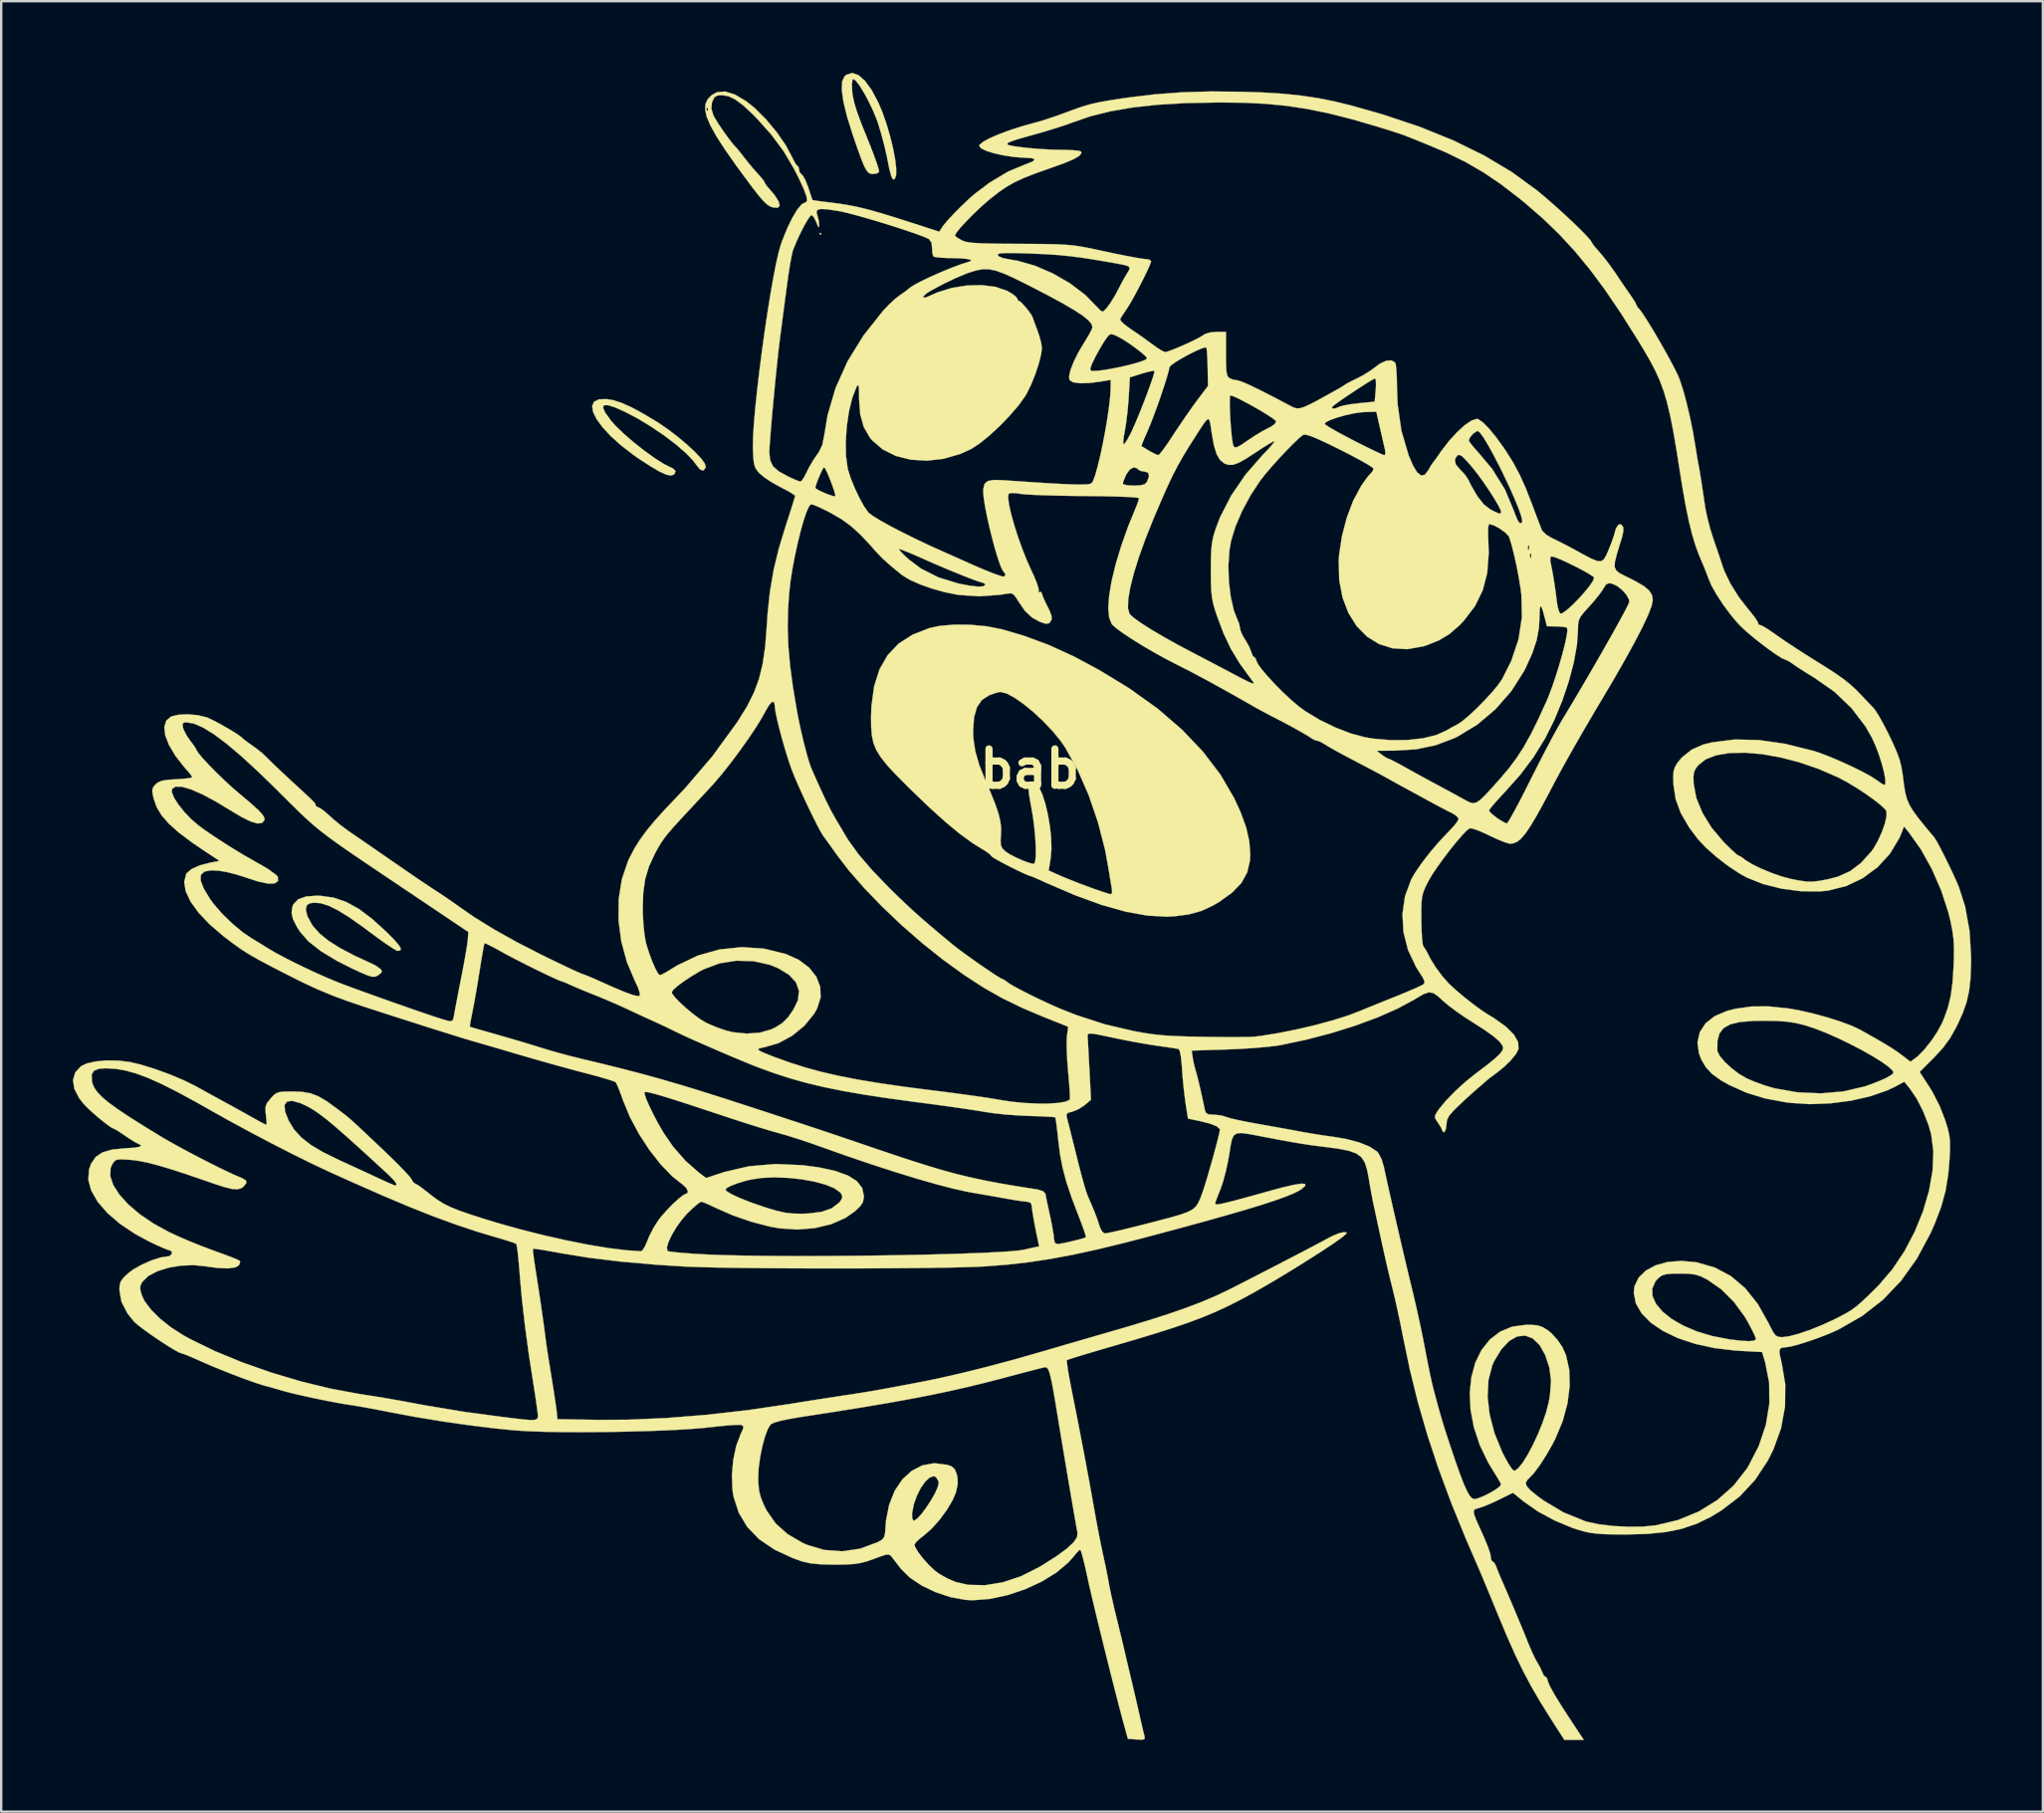
<source format=kicad_pcb>
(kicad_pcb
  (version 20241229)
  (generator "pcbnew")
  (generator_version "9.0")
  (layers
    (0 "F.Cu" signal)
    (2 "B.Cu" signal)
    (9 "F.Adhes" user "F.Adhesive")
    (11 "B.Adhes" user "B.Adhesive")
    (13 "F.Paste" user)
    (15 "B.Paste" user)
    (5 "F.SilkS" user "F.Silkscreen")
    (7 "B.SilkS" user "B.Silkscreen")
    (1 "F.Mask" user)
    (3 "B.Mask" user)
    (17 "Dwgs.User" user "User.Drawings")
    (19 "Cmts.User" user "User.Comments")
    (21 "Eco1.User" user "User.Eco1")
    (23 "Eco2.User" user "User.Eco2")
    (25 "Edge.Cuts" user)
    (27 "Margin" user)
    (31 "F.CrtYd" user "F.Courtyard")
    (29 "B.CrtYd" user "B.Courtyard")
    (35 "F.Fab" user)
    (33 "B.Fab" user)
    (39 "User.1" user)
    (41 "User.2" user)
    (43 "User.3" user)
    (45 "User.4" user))
  (footprint "bab"
    (layer "F.Cu")
    (at 40.048 29.128)
    (property "Reference" "bab" (at 0 0 0) (layer "F.SilkS") (effects (font (size 1.524 1.524) (thickness 0.3))))
    (attr through_hole)
    (fp_poly (pts (xy -8.805 -22.394) (xy -8.763 -22.352) (xy -8.721 -22.394) (xy -8.763 -22.437) (xy -8.805 -22.394)) (stroke (width 0.01) (type solid)) (fill yes) (layer "F.SilkS"))
    (fp_poly (pts (xy -18.032 -15.465) (xy -18.234 -15.365) (xy -18.314 -15.187) (xy -18.278 -14.942) (xy -18.132 -14.642) (xy -17.882 -14.299) (xy -17.536 -13.925) (xy -17.098 -13.531) (xy -16.576 -13.13) (xy -16.356 -12.976) (xy -15.866 -12.657) (xy -15.491 -12.438) (xy -15.214 -12.313) (xy -15.019 -12.276) (xy -14.89 -12.318) (xy -14.873 -12.333) (xy -14.822 -12.463) (xy -14.936 -12.576) (xy -15.009 -12.608) (xy -15.317 -12.761) (xy -15.705 -13.008) (xy -16.137 -13.32) (xy -16.578 -13.668) (xy -16.99 -14.024) (xy -17.337 -14.36) (xy -17.539 -14.589) (xy -17.763 -14.902) (xy -17.859 -15.111) (xy -17.825 -15.217) (xy -17.658 -15.222) (xy -17.356 -15.126) (xy -16.947 -14.944) (xy -16.405 -14.66) (xy -15.851 -14.324) (xy -15.313 -13.959) (xy -14.821 -13.586) (xy -14.405 -13.228) (xy -14.093 -12.906) (xy -13.962 -12.729) (xy -13.801 -12.53) (xy -13.668 -12.481) (xy -13.578 -12.585) (xy -13.56 -12.65) (xy -13.608 -12.791) (xy -13.771 -13.007) (xy -14.028 -13.277) (xy -14.355 -13.58) (xy -14.728 -13.894) (xy -15.126 -14.198) (xy -15.524 -14.472) (xy -15.635 -14.542) (xy -16.221 -14.89) (xy -16.699 -15.147) (xy -17.094 -15.322) (xy -17.433 -15.429) (xy -17.701 -15.474) (xy -18.032 -15.465)) (stroke (width 0.01) (type solid)) (fill yes) (layer "F.SilkS"))
    (fp_poly (pts (xy -30.286 5.342) (xy -30.618 5.46) (xy -30.817 5.666) (xy -30.869 5.801) (xy -30.893 6.04) (xy -30.834 6.294) (xy -30.678 6.602) (xy -30.546 6.811) (xy -30.195 7.217) (xy -29.675 7.627) (xy -28.988 8.042) (xy -28.379 8.349) (xy -27.988 8.53) (xy -27.717 8.645) (xy -27.533 8.699) (xy -27.403 8.7) (xy -27.296 8.656) (xy -27.22 8.604) (xy -27.114 8.501) (xy -27.146 8.409) (xy -27.183 8.371) (xy -27.355 8.247) (xy -27.517 8.162) (xy -28.269 7.815) (xy -28.874 7.496) (xy -29.35 7.195) (xy -29.714 6.9) (xy -29.983 6.6) (xy -30.05 6.504) (xy -30.237 6.158) (xy -30.297 5.889) (xy -30.295 5.86) (xy -30.251 5.702) (xy -30.134 5.629) (xy -29.963 5.605) (xy -29.684 5.623) (xy -29.354 5.725) (xy -28.959 5.919) (xy -28.481 6.215) (xy -27.907 6.619) (xy -27.66 6.803) (xy -27.285 7.081) (xy -26.951 7.318) (xy -26.684 7.497) (xy -26.509 7.601) (xy -26.459 7.62) (xy -26.341 7.596) (xy -26.324 7.515) (xy -26.415 7.365) (xy -26.621 7.131) (xy -26.907 6.842) (xy -27.52 6.283) (xy -28.08 5.862) (xy -28.612 5.569) (xy -29.138 5.39) (xy -29.682 5.314) (xy -29.813 5.309) (xy -30.286 5.342)) (stroke (width 0.01) (type solid)) (fill yes) (layer "F.SilkS"))
    (fp_poly (pts (xy -7.669 -29.051) (xy -7.751 -28.982) (xy -7.852 -28.766) (xy -7.867 -28.409) (xy -7.797 -27.913) (xy -7.642 -27.284) (xy -7.41 -26.543) (xy -7.218 -25.985) (xy -7.068 -25.569) (xy -6.949 -25.273) (xy -6.851 -25.077) (xy -6.762 -24.962) (xy -6.674 -24.907) (xy -6.576 -24.892) (xy -6.564 -24.892) (xy -6.386 -24.924) (xy -6.306 -24.979) (xy -6.32 -25.081) (xy -6.391 -25.313) (xy -6.509 -25.646) (xy -6.665 -26.055) (xy -6.82 -26.439) (xy -7.059 -27.033) (xy -7.231 -27.502) (xy -7.345 -27.874) (xy -7.411 -28.176) (xy -7.431 -28.342) (xy -7.443 -28.663) (xy -7.419 -28.84) (xy -7.385 -28.871) (xy -7.279 -28.798) (xy -7.127 -28.601) (xy -6.946 -28.31) (xy -6.756 -27.959) (xy -6.573 -27.58) (xy -6.416 -27.204) (xy -6.353 -27.029) (xy -6.214 -26.572) (xy -6.077 -26.053) (xy -5.97 -25.576) (xy -5.961 -25.527) (xy -5.877 -25.109) (xy -5.808 -24.84) (xy -5.747 -24.699) (xy -5.687 -24.666) (xy -5.646 -24.693) (xy -5.592 -24.85) (xy -5.59 -25.137) (xy -5.636 -25.522) (xy -5.722 -25.977) (xy -5.843 -26.471) (xy -5.99 -26.976) (xy -6.16 -27.462) (xy -6.333 -27.876) (xy -6.614 -28.407) (xy -6.896 -28.795) (xy -7.17 -29.035) (xy -7.43 -29.123) (xy -7.669 -29.051)) (stroke (width 0.01) (type solid)) (fill yes) (layer "F.SilkS"))
    (fp_poly (pts (xy -3.773 -5.982) (xy -4.191 -5.894) (xy -4.902 -5.618) (xy -5.487 -5.241) (xy -5.948 -4.758) (xy -6.29 -4.162) (xy -6.515 -3.448) (xy -6.627 -2.612) (xy -6.642 -2.159) (xy -6.636 -1.736) (xy -6.606 -1.382) (xy -6.538 -1.07) (xy -6.417 -0.777) (xy -6.23 -0.477) (xy -5.964 -0.145) (xy -5.605 0.243) (xy -5.139 0.713) (xy -4.967 0.882) (xy -4.195 1.623) (xy -3.515 2.236) (xy -2.917 2.729) (xy -2.393 3.109) (xy -2.053 3.32) (xy -1.818 3.466) (xy -1.656 3.588) (xy -1.609 3.651) (xy -1.538 3.708) (xy -1.353 3.818) (xy -1.09 3.96) (xy -0.788 4.116) (xy -0.486 4.265) (xy -0.221 4.39) (xy -0.032 4.469) (xy 0.035 4.487) (xy 0.123 4.52) (xy 0.325 4.608) (xy 0.603 4.732) (xy 0.691 4.773) (xy 1.908 5.296) (xy 3.015 5.698) (xy 4.017 5.98) (xy 4.92 6.143) (xy 5.731 6.189) (xy 6.054 6.173) (xy 6.665 6.092) (xy 7.182 5.948) (xy 7.677 5.718) (xy 7.933 5.567) (xy 8.46 5.188) (xy 3.446 5.188) (xy 3.398 5.249) (xy 3.285 5.222) (xy 3.053 5.148) (xy 2.739 5.04) (xy 2.523 4.963) (xy 2.117 4.811) (xy 1.709 4.651) (xy 1.366 4.511) (xy 1.264 4.466) (xy 0.792 4.256) (xy 0.874 3.756) (xy 0.908 3.357) (xy 0.895 2.894) (xy 0.843 2.399) (xy 0.758 1.904) (xy 0.647 1.442) (xy 0.517 1.045) (xy 0.375 0.744) (xy 0.229 0.573) (xy 0.194 0.555) (xy 0.057 0.529) (xy -0.025 0.589) (xy -0.055 0.754) (xy -0.033 1.04) (xy 0.037 1.466) (xy 0.069 1.63) (xy 0.142 2.064) (xy 0.198 2.517) (xy 0.236 2.957) (xy 0.254 3.354) (xy 0.25 3.678) (xy 0.224 3.896) (xy 0.174 3.979) (xy 0.173 3.979) (xy -0.008 3.941) (xy -0.277 3.843) (xy -0.575 3.711) (xy -0.845 3.572) (xy -1.025 3.451) (xy -1.15 3.326) (xy -1.209 3.192) (xy -1.22 2.991) (xy -1.205 2.771) (xy -1.198 2.49) (xy -1.23 2.2) (xy -1.309 1.871) (xy -1.444 1.473) (xy -1.643 0.978) (xy -1.846 0.508) (xy -2.112 -0.156) (xy -2.279 -0.736) (xy -2.359 -1.277) (xy -2.371 -1.582) (xy -2.332 -2.149) (xy -2.211 -2.577) (xy -2.002 -2.883) (xy -1.699 -3.078) (xy -1.688 -3.083) (xy -1.448 -3.167) (xy -1.259 -3.214) (xy -1.223 -3.217) (xy -0.97 -3.154) (xy -0.639 -2.978) (xy -0.256 -2.711) (xy 0.154 -2.375) (xy 0.565 -1.992) (xy 0.952 -1.584) (xy 1.289 -1.173) (xy 1.485 -0.889) (xy 2.003 0.044) (xy 2.464 1.097) (xy 2.852 2.227) (xy 3.152 3.389) (xy 3.299 4.191) (xy 3.352 4.527) (xy 3.402 4.826) (xy 3.437 5.016) (xy 3.446 5.188) (xy 8.46 5.188) (xy 8.473 5.178) (xy 8.858 4.776) (xy 9.101 4.338) (xy 9.216 3.844) (xy 9.229 3.577) (xy 9.187 3.024) (xy 9.056 2.448) (xy 8.826 1.815) (xy 8.556 1.228) (xy 7.982 0.243) (xy 7.251 -0.717) (xy 6.372 -1.641) (xy 5.356 -2.517) (xy 4.214 -3.335) (xy 4.064 -3.432) (xy 2.906 -4.136) (xy 1.819 -4.718) (xy 0.773 -5.194) (xy -0.263 -5.576) (xy -1.185 -5.845) (xy -1.811 -5.966) (xy -2.487 -6.03) (xy -3.159 -6.036) (xy -3.773 -5.982)) (stroke (width 0.01) (type solid)) (fill yes) (layer "F.SilkS"))
    (fp_poly (pts (xy 6.37 -28.315) (xy 5.229 -28.229) (xy 4.074 -28.089) (xy 3.858 -28.058) (xy 3.32 -27.974) (xy 2.9 -27.899) (xy 2.55 -27.82) (xy 2.219 -27.724) (xy 1.86 -27.6) (xy 1.536 -27.479) (xy 1.125 -27.329) (xy 0.701 -27.187) (xy 0.337 -27.076) (xy 0.229 -27.047) (xy -0.315 -26.897) (xy -0.829 -26.731) (xy -1.289 -26.561) (xy -1.67 -26.395) (xy -1.948 -26.246) (xy -2.097 -26.122) (xy -2.117 -26.073) (xy -2.038 -25.972) (xy -1.823 -25.866) (xy -1.507 -25.766) (xy -1.121 -25.678) (xy -0.7 -25.613) (xy -0.277 -25.577) (xy -0.143 -25.574) (xy 0.112 -25.553) (xy 0.203 -25.5) (xy 0.128 -25.422) (xy -0.112 -25.324) (xy -0.149 -25.312) (xy -0.905 -24.998) (xy -1.686 -24.531) (xy -2.327 -24.046) (xy -2.581 -23.821) (xy -2.873 -23.542) (xy -3.165 -23.247) (xy -3.421 -22.973) (xy -3.603 -22.758) (xy -3.651 -22.692) (xy -3.787 -22.481) (xy -4.92 -22.848) (xy -5.645 -23.079) (xy -6.241 -23.262) (xy -6.742 -23.403) (xy -7.178 -23.51) (xy -7.581 -23.592) (xy -7.983 -23.656) (xy -8.392 -23.708) (xy -8.711 -23.747) (xy -8.955 -23.781) (xy -9.085 -23.805) (xy -9.095 -23.81) (xy -9.126 -23.896) (xy -9.193 -24.098) (xy -9.269 -24.33) (xy -9.372 -24.598) (xy -9.474 -24.795) (xy -9.542 -24.868) (xy -9.635 -24.977) (xy -9.652 -25.07) (xy -9.681 -25.203) (xy -9.717 -25.231) (xy -9.787 -25.301) (xy -9.886 -25.478) (xy -9.927 -25.566) (xy -10.206 -26.09) (xy -10.59 -26.646) (xy -11.039 -27.185) (xy -11.509 -27.655) (xy -11.869 -27.944) (xy -12.342 -28.222) (xy -12.749 -28.347) (xy -13.094 -28.318) (xy -13.307 -28.201) (xy -13.475 -28.03) (xy -13.57 -27.828) (xy -13.586 -27.584) (xy -13.518 -27.284) (xy -13.361 -26.917) (xy -13.111 -26.469) (xy -12.762 -25.928) (xy -12.309 -25.282) (xy -11.931 -24.765) (xy -11.6 -24.322) (xy -11.346 -23.997) (xy -11.153 -23.772) (xy -11.001 -23.627) (xy -10.872 -23.541) (xy -10.747 -23.495) (xy -10.743 -23.494) (xy -10.542 -23.483) (xy -10.466 -23.572) (xy -10.512 -23.752) (xy -10.678 -24.012) (xy -10.96 -24.343) (xy -10.985 -24.369) (xy -11.076 -24.492) (xy -11.092 -24.538) (xy -11.145 -24.629) (xy -11.28 -24.794) (xy -11.369 -24.892) (xy -11.589 -25.141) (xy -11.832 -25.435) (xy -11.937 -25.569) (xy -12.105 -25.785) (xy -12.232 -25.941) (xy -12.278 -25.993) (xy -12.419 -26.148) (xy -12.614 -26.399) (xy -12.83 -26.698) (xy -13.031 -26.996) (xy -13.185 -27.246) (xy -13.244 -27.361) (xy -13.316 -27.601) (xy -13.462 -27.601) (xy -13.493 -27.532) (xy -13.518 -27.545) (xy -13.529 -27.645) (xy -13.518 -27.658) (xy -13.468 -27.646) (xy -13.462 -27.601) (xy -13.316 -27.601) (xy -13.324 -27.628) (xy -13.305 -27.859) (xy -13.282 -27.933) (xy -13.199 -28.108) (xy -13.07 -28.181) (xy -12.874 -28.194) (xy -12.612 -28.152) (xy -12.328 -28.017) (xy -12.001 -27.774) (xy -11.609 -27.411) (xy -11.415 -27.213) (xy -10.808 -26.534) (xy -10.31 -25.862) (xy -9.878 -25.136) (xy -9.661 -24.709) (xy -9.46 -24.272) (xy -9.347 -23.966) (xy -9.319 -23.783) (xy -9.372 -23.709) (xy -9.395 -23.707) (xy -9.544 -23.629) (xy -9.727 -23.41) (xy -9.931 -23.072) (xy -10.144 -22.637) (xy -10.352 -22.126) (xy -10.408 -21.971) (xy -10.507 -21.628) (xy -10.618 -21.142) (xy -10.736 -20.537) (xy -10.858 -19.838) (xy -10.981 -19.07) (xy -11.102 -18.257) (xy -11.217 -17.426) (xy -11.322 -16.601) (xy -11.414 -15.806) (xy -11.491 -15.067) (xy -11.547 -14.408) (xy -11.581 -13.856) (xy -11.588 -13.433) (xy -11.586 -13.374) (xy -11.568 -13.008) (xy -11.539 -12.765) (xy -11.486 -12.599) (xy -11.397 -12.464) (xy -11.303 -12.361) (xy -11.101 -12.193) (xy -10.804 -11.997) (xy -10.473 -11.811) (xy -10.435 -11.792) (xy -10.15 -11.644) (xy -9.936 -11.519) (xy -9.828 -11.439) (xy -9.821 -11.427) (xy -9.846 -11.328) (xy -9.916 -11.099) (xy -10.019 -10.771) (xy -10.148 -10.373) (xy -10.199 -10.216) (xy -10.499 -9.233) (xy -10.719 -8.326) (xy -10.873 -7.428) (xy -10.974 -6.474) (xy -11.007 -5.969) (xy -11.072 -5.124) (xy -11.175 -4.407) (xy -11.327 -3.777) (xy -11.541 -3.194) (xy -11.83 -2.619) (xy -12.205 -2.011) (xy -12.247 -1.947) (xy -13.282 -0.526) (xy -14.408 0.791) (xy -14.7 1.101) (xy -15.247 1.676) (xy -15.686 2.162) (xy -16.037 2.585) (xy -16.318 2.969) (xy -16.549 3.339) (xy -16.747 3.719) (xy -16.809 3.85) (xy -17.07 4.61) (xy -17.203 5.447) (xy -17.212 6.329) (xy -17.096 7.223) (xy -16.858 8.096) (xy -16.548 8.826) (xy -16.4 9.144) (xy -16.321 9.376) (xy -16.319 9.495) (xy -16.321 9.497) (xy -16.424 9.511) (xy -16.642 9.455) (xy -16.986 9.328) (xy -17.463 9.127) (xy -17.992 8.889) (xy -18.291 8.757) (xy -18.558 8.647) (xy -18.711 8.592) (xy -18.851 8.535) (xy -19.115 8.416) (xy -19.476 8.246) (xy -19.908 8.039) (xy -20.384 7.808) (xy -20.447 7.776) (xy -21.485 7.243) (xy -22.223 6.83) (xy -23.495 6.83) (xy -23.521 7.161) (xy -23.546 7.364) (xy -23.6 7.692) (xy -23.673 8.105) (xy -23.76 8.564) (xy -23.791 8.721) (xy -23.882 9.184) (xy -23.965 9.614) (xy -24.033 9.971) (xy -24.078 10.216) (xy -24.086 10.266) (xy -24.122 10.458) (xy -24.176 10.551) (xy -24.292 10.561) (xy -24.511 10.502) (xy -24.638 10.462) (xy -24.97 10.354) (xy -25.425 10.2) (xy -25.966 10.013) (xy -26.558 9.806) (xy -27.165 9.59) (xy -27.751 9.38) (xy -28.28 9.188) (xy -28.717 9.026) (xy -28.998 8.917) (xy -29.49 8.711) (xy -30.036 8.465) (xy -30.593 8.2) (xy -31.12 7.936) (xy -31.574 7.693) (xy -31.915 7.493) (xy -31.919 7.49) (xy -32.188 7.321) (xy -32.438 7.169) (xy -32.532 7.115) (xy -32.938 6.842) (xy -33.381 6.472) (xy -33.811 6.052) (xy -34.175 5.631) (xy -34.311 5.443) (xy -34.571 5.01) (xy -34.699 4.679) (xy -34.693 4.446) (xy -34.552 4.304) (xy -34.274 4.249) (xy -33.953 4.262) (xy -33.609 4.321) (xy -33.201 4.423) (xy -32.833 4.541) (xy -32.29 4.718) (xy -31.879 4.803) (xy -31.603 4.796) (xy -31.465 4.697) (xy -31.461 4.688) (xy -31.471 4.514) (xy -31.555 4.429) (xy -31.719 4.31) (xy -31.793 4.252) (xy -31.909 4.175) (xy -32.124 4.048) (xy -32.344 3.924) (xy -32.883 3.616) (xy -33.457 3.267) (xy -34.015 2.909) (xy -34.507 2.576) (xy -34.769 2.385) (xy -35.087 2.113) (xy -35.382 1.807) (xy -35.631 1.495) (xy -35.813 1.209) (xy -35.905 0.977) (xy -35.898 0.845) (xy -35.752 0.744) (xy -35.486 0.749) (xy -35.11 0.858) (xy -34.632 1.066) (xy -34.063 1.37) (xy -33.505 1.708) (xy -32.999 2.011) (xy -32.608 2.203) (xy -32.323 2.287) (xy -32.133 2.267) (xy -32.03 2.146) (xy -32.032 2.049) (xy -32.112 1.915) (xy -32.284 1.728) (xy -32.562 1.474) (xy -32.959 1.138) (xy -33.056 1.058) (xy -33.366 0.792) (xy -33.698 0.487) (xy -34.03 0.166) (xy -34.338 -0.146) (xy -34.597 -0.424) (xy -34.785 -0.646) (xy -34.877 -0.786) (xy -34.883 -0.809) (xy -34.931 -0.898) (xy -35.053 -1.069) (xy -35.131 -1.169) (xy -35.297 -1.412) (xy -35.415 -1.647) (xy -35.437 -1.714) (xy -35.459 -1.881) (xy -35.39 -1.941) (xy -35.294 -1.947) (xy -34.977 -1.891) (xy -34.593 -1.724) (xy -34.136 -1.442) (xy -33.601 -1.04) (xy -32.98 -0.513) (xy -32.27 0.141) (xy -31.623 0.77) (xy -31.243 1.148) (xy -30.919 1.47) (xy -30.637 1.747) (xy -30.384 1.99) (xy -30.144 2.211) (xy -29.903 2.419) (xy -29.648 2.627) (xy -29.364 2.844) (xy -29.037 3.083) (xy -28.652 3.353) (xy -28.195 3.667) (xy -27.653 4.035) (xy -27.009 4.468) (xy -26.252 4.977) (xy -25.583 5.426) (xy -23.495 6.83) (xy -22.223 6.83) (xy -22.432 6.713) (xy -23.262 6.2) (xy -23.918 5.744) (xy -24.165 5.567) (xy -24.485 5.348) (xy -24.807 5.135) (xy -25.004 5.007) (xy -25.218 4.865) (xy -25.467 4.698) (xy -25.769 4.492) (xy -26.144 4.235) (xy -26.61 3.914) (xy -27.186 3.516) (xy -27.559 3.258) (xy -27.898 3.024) (xy -28.26 2.775) (xy -28.511 2.603) (xy -28.827 2.37) (xy -29.152 2.103) (xy -29.315 1.955) (xy -29.527 1.769) (xy -29.701 1.643) (xy -29.782 1.61) (xy -29.88 1.559) (xy -29.887 1.53) (xy -29.889 1.495) (xy -29.907 1.455) (xy -29.958 1.392) (xy -30.06 1.289) (xy -30.229 1.127) (xy -30.484 0.89) (xy -30.842 0.561) (xy -30.945 0.466) (xy -31.271 0.163) (xy -31.566 -0.116) (xy -31.799 -0.341) (xy -31.942 -0.485) (xy -31.952 -0.496) (xy -32.128 -0.661) (xy -32.375 -0.858) (xy -32.512 -0.956) (xy -32.732 -1.111) (xy -32.889 -1.23) (xy -32.935 -1.273) (xy -33.052 -1.371) (xy -33.278 -1.522) (xy -33.569 -1.698) (xy -33.884 -1.877) (xy -34.179 -2.033) (xy -34.411 -2.141) (xy -34.456 -2.158) (xy -34.82 -2.245) (xy -35.231 -2.281) (xy -35.62 -2.265) (xy -35.922 -2.194) (xy -35.939 -2.187) (xy -36.143 -2.013) (xy -36.222 -1.746) (xy -36.182 -1.403) (xy -36.027 -1) (xy -35.763 -0.553) (xy -35.394 -0.079) (xy -35.264 0.066) (xy -35.125 0.23) (xy -35.054 0.34) (xy -35.052 0.35) (xy -35.13 0.379) (xy -35.337 0.408) (xy -35.633 0.431) (xy -35.728 0.436) (xy -36.092 0.461) (xy -36.332 0.502) (xy -36.492 0.572) (xy -36.585 0.648) (xy -36.689 0.771) (xy -36.726 0.898) (xy -36.702 1.091) (xy -36.666 1.248) (xy -36.543 1.599) (xy -36.338 1.942) (xy -36.035 2.291) (xy -35.619 2.663) (xy -35.074 3.074) (xy -34.536 3.44) (xy -33.911 3.852) (xy -34.291 3.925) (xy -34.735 4.04) (xy -35.075 4.191) (xy -35.282 4.364) (xy -35.305 4.401) (xy -35.39 4.734) (xy -35.327 5.123) (xy -35.123 5.557) (xy -34.785 6.024) (xy -34.321 6.513) (xy -33.738 7.012) (xy -33.613 7.107) (xy -33.318 7.328) (xy -33.064 7.51) (xy -32.82 7.672) (xy -32.557 7.831) (xy -32.241 8.008) (xy -31.843 8.22) (xy -31.331 8.486) (xy -31.211 8.547) (xy -30.475 8.918) (xy -29.822 9.222) (xy -29.191 9.485) (xy -28.524 9.732) (xy -27.855 9.957) (xy -27.188 10.174) (xy -26.502 10.395) (xy -25.823 10.612) (xy -25.176 10.818) (xy -24.585 11.005) (xy -24.076 11.164) (xy -23.674 11.288) (xy -23.403 11.369) (xy -23.368 11.379) (xy -23.137 11.446) (xy -22.779 11.55) (xy -22.33 11.681) (xy -21.825 11.829) (xy -21.336 11.973) (xy -20.739 12.147) (xy -20.095 12.33) (xy -19.462 12.505) (xy -18.895 12.659) (xy -18.586 12.739) (xy -18.159 12.853) (xy -17.79 12.957) (xy -17.511 13.043) (xy -17.353 13.102) (xy -17.332 13.115) (xy -17.273 13.223) (xy -17.178 13.45) (xy -17.064 13.755) (xy -17.019 13.884) (xy -16.732 14.578) (xy -16.358 15.277) (xy -15.923 15.945) (xy -15.451 16.549) (xy -14.965 17.054) (xy -14.517 17.409) (xy -14.375 17.541) (xy -14.308 17.677) (xy -14.333 17.768) (xy -14.381 17.78) (xy -14.502 17.839) (xy -14.7 17.996) (xy -14.941 18.218) (xy -15.192 18.475) (xy -15.421 18.734) (xy -15.536 18.881) (xy -15.741 19.202) (xy -15.925 19.56) (xy -16.001 19.746) (xy -16.106 19.99) (xy -16.21 20.152) (xy -16.271 20.191) (xy -16.887 20.15) (xy -17.634 20.057) (xy -18.482 19.916) (xy -19.401 19.733) (xy -20.364 19.516) (xy -21.342 19.269) (xy -22.305 18.998) (xy -22.86 18.828) (xy -23.438 18.641) (xy -23.887 18.485) (xy -24.237 18.344) (xy -24.523 18.203) (xy -24.777 18.047) (xy -25.031 17.86) (xy -25.184 17.738) (xy -25.426 17.549) (xy -25.62 17.413) (xy -25.69 17.377) (xy -26.502 17.377) (xy -26.533 17.44) (xy -26.551 17.441) (xy -26.646 17.408) (xy -26.854 17.319) (xy -27.134 17.192) (xy -27.207 17.157) (xy -27.52 17.012) (xy -27.934 16.82) (xy -28.399 16.606) (xy -28.863 16.393) (xy -28.905 16.374) (xy -29.568 16.049) (xy -30.087 15.74) (xy -30.486 15.429) (xy -30.787 15.099) (xy -31.013 14.731) (xy -31.025 14.707) (xy -31.17 14.333) (xy -31.189 14.071) (xy -31.087 13.925) (xy -30.867 13.897) (xy -30.532 13.99) (xy -30.281 14.104) (xy -30.091 14.206) (xy -29.891 14.332) (xy -29.665 14.492) (xy -29.401 14.697) (xy -29.085 14.96) (xy -28.705 15.291) (xy -28.245 15.701) (xy -27.694 16.202) (xy -27.037 16.805) (xy -26.818 17.006) (xy -26.6 17.229) (xy -26.502 17.377) (xy -25.69 17.377) (xy -25.729 17.357) (xy -25.732 17.357) (xy -25.819 17.287) (xy -25.864 17.192) (xy -25.94 17.085) (xy -26.12 16.884) (xy -26.384 16.609) (xy -26.713 16.283) (xy -27.085 15.925) (xy -27.11 15.901) (xy -27.543 15.493) (xy -27.872 15.182) (xy -28.119 14.95) (xy -28.305 14.779) (xy -28.448 14.652) (xy -28.571 14.549) (xy -28.693 14.452) (xy -28.834 14.344) (xy -28.999 14.219) (xy -29.424 13.911) (xy -29.777 13.705) (xy -30.103 13.58) (xy -30.452 13.52) (xy -30.847 13.504) (xy -31.183 13.508) (xy -31.399 13.529) (xy -31.544 13.582) (xy -31.667 13.683) (xy -31.766 13.791) (xy -31.921 13.984) (xy -31.985 14.151) (xy -31.982 14.373) (xy -31.968 14.49) (xy -31.944 14.726) (xy -31.941 14.875) (xy -31.951 14.901) (xy -32.037 14.862) (xy -32.23 14.76) (xy -32.491 14.615) (xy -32.525 14.596) (xy -32.876 14.399) (xy -33.289 14.17) (xy -33.679 13.957) (xy -33.697 13.947) (xy -34.091 13.732) (xy -34.521 13.496) (xy -34.895 13.288) (xy -34.905 13.283) (xy -35.392 13.04) (xy -35.98 12.793) (xy -36.605 12.565) (xy -37.203 12.38) (xy -37.66 12.271) (xy -38.141 12.211) (xy -38.636 12.204) (xy -39.097 12.247) (xy -39.479 12.336) (xy -39.707 12.445) (xy -39.95 12.707) (xy -40.043 13.029) (xy -39.986 13.395) (xy -39.781 13.79) (xy -39.608 14.01) (xy -39.413 14.211) (xy -39.163 14.441) (xy -38.893 14.671) (xy -38.638 14.872) (xy -38.434 15.015) (xy -38.317 15.071) (xy -38.315 15.071) (xy -38.227 15.116) (xy -38.045 15.232) (xy -37.867 15.354) (xy -37.618 15.52) (xy -37.403 15.648) (xy -37.305 15.695) (xy -37.188 15.761) (xy -37.238 15.814) (xy -37.453 15.854) (xy -37.832 15.88) (xy -37.855 15.881) (xy -38.4 15.934) (xy -38.806 16.051) (xy -39.094 16.245) (xy -39.287 16.53) (xy -39.372 16.772) (xy -39.402 17.201) (xy -39.278 17.655) (xy -39.009 18.121) (xy -38.607 18.587) (xy -38.081 19.039) (xy -37.443 19.467) (xy -36.862 19.78) (xy -36.531 19.937) (xy -36.251 20.061) (xy -36.06 20.135) (xy -36.005 20.149) (xy -35.907 20.201) (xy -35.911 20.305) (xy -35.997 20.391) (xy -36.066 20.405) (xy -36.376 20.451) (xy -36.761 20.575) (xy -37.163 20.751) (xy -37.523 20.954) (xy -37.722 21.102) (xy -37.938 21.306) (xy -38.051 21.467) (xy -38.094 21.648) (xy -38.1 21.812) (xy -38.016 22.302) (xy -37.764 22.792) (xy -37.495 23.128) (xy -37.336 23.271) (xy -37.084 23.465) (xy -36.773 23.688) (xy -36.435 23.919) (xy -36.104 24.134) (xy -35.813 24.312) (xy -35.594 24.431) (xy -35.488 24.469) (xy -35.38 24.502) (xy -35.161 24.59) (xy -34.871 24.716) (xy -34.776 24.758) (xy -34.329 24.955) (xy -33.832 25.16) (xy -33.32 25.362) (xy -32.829 25.547) (xy -32.392 25.702) (xy -32.044 25.813) (xy -31.835 25.867) (xy -31.737 25.893) (xy -31.527 25.955) (xy -31.306 26.02) (xy -30.975 26.109) (xy -30.526 26.216) (xy -30.01 26.33) (xy -29.477 26.44) (xy -28.976 26.536) (xy -28.557 26.607) (xy -28.406 26.629) (xy -28.167 26.666) (xy -27.807 26.73) (xy -27.368 26.811) (xy -26.895 26.903) (xy -26.755 26.931) (xy -25.703 27.128) (xy -24.583 27.312) (xy -23.453 27.474) (xy -22.374 27.607) (xy -21.541 27.689) (xy -20.998 27.723) (xy -20.32 27.746) (xy -19.54 27.759) (xy -18.687 27.762) (xy -17.793 27.756) (xy -16.889 27.74) (xy -16.006 27.716) (xy -15.175 27.685) (xy -14.428 27.646) (xy -13.794 27.6) (xy -13.4 27.56) (xy -12.958 27.51) (xy -12.57 27.475) (xy -12.27 27.457) (xy -12.091 27.458) (xy -12.064 27.463) (xy -11.99 27.513) (xy -11.994 27.61) (xy -12.079 27.801) (xy -12.095 27.832) (xy -12.285 28.336) (xy -12.412 28.936) (xy -12.466 29.572) (xy -12.442 30.181) (xy -12.399 30.454) (xy -12.181 31.131) (xy -11.827 31.724) (xy -11.332 32.238) (xy -10.691 32.675) (xy -9.9 33.041) (xy -9.525 33.174) (xy -9.191 33.251) (xy -8.748 33.295) (xy -8.169 33.308) (xy -8.128 33.308) (xy -7.672 33.301) (xy -7.331 33.279) (xy -7.051 33.233) (xy -6.777 33.157) (xy -6.524 33.067) (xy -6.209 32.951) (xy -6.014 32.891) (xy -5.899 32.885) (xy -5.824 32.927) (xy -5.762 33.002) (xy -5.628 33.175) (xy -5.45 33.405) (xy -5.387 33.486) (xy -5.017 33.852) (xy -4.521 34.183) (xy -3.942 34.46) (xy -3.323 34.666) (xy -2.705 34.78) (xy -2.382 34.798) (xy -1.667 34.742) (xy -0.925 34.582) (xy -0.19 34.336) (xy 0.5 34.017) (xy 1.112 33.641) (xy 1.611 33.223) (xy 1.829 32.974) (xy 1.978 32.795) (xy 2.088 32.692) (xy 2.112 32.681) (xy 2.15 32.759) (xy 2.213 32.973) (xy 2.293 33.293) (xy 2.383 33.687) (xy 2.407 33.803) (xy 2.49 34.18) (xy 2.609 34.691) (xy 2.755 35.305) (xy 2.922 35.991) (xy 3.101 36.721) (xy 3.286 37.462) (xy 3.468 38.185) (xy 3.641 38.861) (xy 3.796 39.457) (xy 3.927 39.944) (xy 3.955 40.047) (xy 4.108 40.598) (xy 4.478 40.624) (xy 4.706 40.634) (xy 4.803 40.606) (xy 4.81 40.519) (xy 4.794 40.455) (xy 4.749 40.274) (xy 4.682 39.99) (xy 4.608 39.666) (xy 4.53 39.318) (xy 4.428 38.877) (xy 4.319 38.413) (xy 4.265 38.185) (xy 4.162 37.751) (xy 4.06 37.317) (xy 3.973 36.945) (xy 3.936 36.788) (xy 3.862 36.476) (xy 3.763 36.067) (xy 3.656 35.63) (xy 3.607 35.433) (xy 3.505 35.007) (xy 3.409 34.577) (xy 3.333 34.211) (xy 3.309 34.078) (xy 3.247 33.744) (xy 3.162 33.327) (xy 3.072 32.909) (xy 3.059 32.851) (xy 2.984 32.496) (xy 2.891 32.029) (xy 2.88 31.969) (xy 1.999 31.969) (xy 1.981 32.153) (xy 1.836 32.372) (xy 1.558 32.632) (xy 1.139 32.94) (xy 0.572 33.302) (xy 0.381 33.417) (xy -0.374 33.796) (xy -1.135 34.048) (xy -1.877 34.168) (xy -2.576 34.152) (xy -3.106 34.032) (xy -3.454 33.882) (xy -3.799 33.684) (xy -3.98 33.55) (xy -4.232 33.31) (xy -4.473 33.041) (xy -4.671 32.781) (xy -4.797 32.569) (xy -4.826 32.471) (xy -4.762 32.37) (xy -4.598 32.216) (xy -4.442 32.096) (xy -4.11 31.807) (xy -3.77 31.425) (xy -3.459 31.002) (xy -3.216 30.588) (xy -3.09 30.283) (xy -3.015 29.944) (xy -3.017 29.885) (xy -3.81 29.885) (xy -3.854 30.073) (xy -3.972 30.332) (xy -4.14 30.627) (xy -4.334 30.923) (xy -4.53 31.185) (xy -4.706 31.377) (xy -4.838 31.465) (xy -4.868 31.465) (xy -4.918 31.371) (xy -4.926 31.179) (xy -4.924 31.153) (xy -4.853 30.785) (xy -4.725 30.424) (xy -4.56 30.098) (xy -4.374 29.834) (xy -4.187 29.66) (xy -4.017 29.604) (xy -3.928 29.641) (xy -3.825 29.803) (xy -3.81 29.885) (xy -3.017 29.885) (xy -3.023 29.663) (xy -3.051 29.537) (xy -3.136 29.314) (xy -3.273 29.193) (xy -3.464 29.127) (xy -3.996 29.062) (xy -4.494 29.152) (xy -4.945 29.384) (xy -5.336 29.744) (xy -5.654 30.22) (xy -5.884 30.798) (xy -6.016 31.465) (xy -6.035 31.708) (xy -6.056 31.993) (xy -6.099 32.163) (xy -6.189 32.267) (xy -6.354 32.36) (xy -6.364 32.366) (xy -7.096 32.639) (xy -7.848 32.748) (xy -8.6 32.693) (xy -9.334 32.474) (xy -9.51 32.395) (xy -10.143 32.024) (xy -10.636 31.581) (xy -11.01 31.045) (xy -11.107 30.854) (xy -11.249 30.516) (xy -11.328 30.216) (xy -11.36 29.873) (xy -11.365 29.656) (xy -11.345 29.254) (xy -11.284 28.809) (xy -11.194 28.363) (xy -11.084 27.957) (xy -10.965 27.636) (xy -10.845 27.44) (xy -10.843 27.438) (xy -10.689 27.36) (xy -10.375 27.274) (xy -9.897 27.181) (xy -9.438 27.106) (xy -8.141 26.906) (xy -6.989 26.721) (xy -5.96 26.547) (xy -5.032 26.38) (xy -4.18 26.216) (xy -3.384 26.049) (xy -2.619 25.876) (xy -1.864 25.693) (xy -1.096 25.494) (xy -0.926 25.448) (xy -0.455 25.323) (xy -0.033 25.212) (xy 0.31 25.123) (xy 0.543 25.065) (xy 0.626 25.047) (xy 0.694 25.051) (xy 0.753 25.103) (xy 0.809 25.221) (xy 0.868 25.426) (xy 0.934 25.736) (xy 1.014 26.171) (xy 1.111 26.75) (xy 1.133 26.882) (xy 1.257 27.634) (xy 1.382 28.385) (xy 1.505 29.116) (xy 1.621 29.805) (xy 1.728 30.433) (xy 1.822 30.981) (xy 1.9 31.428) (xy 1.958 31.755) (xy 1.993 31.941) (xy 1.999 31.969) (xy 2.88 31.969) (xy 2.792 31.505) (xy 2.697 30.979) (xy 2.676 30.861) (xy 2.489 29.814) (xy 2.268 28.633) (xy 2.012 27.308) (xy 1.738 25.921) (xy 1.658 25.505) (xy 1.597 25.152) (xy 1.56 24.893) (xy 1.551 24.76) (xy 1.554 24.749) (xy 1.644 24.714) (xy 1.873 24.64) (xy 2.218 24.534) (xy 2.655 24.403) (xy 3.161 24.254) (xy 3.444 24.172) (xy 4.441 23.88) (xy 5.298 23.62) (xy 6.038 23.383) (xy 6.686 23.16) (xy 7.264 22.942) (xy 7.796 22.719) (xy 8.307 22.482) (xy 8.819 22.222) (xy 9.357 21.929) (xy 9.737 21.714) (xy 10.227 21.428) (xy 10.757 21.109) (xy 11.297 20.777) (xy 11.818 20.449) (xy 12.292 20.144) (xy 12.69 19.879) (xy 12.984 19.673) (xy 13.075 19.604) (xy 13.234 19.471) (xy 13.268 19.411) (xy 13.186 19.394) (xy 13.143 19.393) (xy 12.966 19.43) (xy 12.71 19.532) (xy 12.508 19.633) (xy 12.237 19.78) (xy 11.84 19.99) (xy 11.34 20.252) (xy 10.762 20.552) (xy 10.131 20.879) (xy 9.47 21.219) (xy 8.805 21.56) (xy 8.424 21.754) (xy 7.862 22.025) (xy 7.252 22.287) (xy 6.571 22.549) (xy 5.798 22.818) (xy 4.91 23.102) (xy 3.887 23.409) (xy 3.471 23.529) (xy 2.844 23.71) (xy 2.129 23.918) (xy 1.399 24.13) (xy 0.73 24.326) (xy 0.508 24.391) (xy -0.644 24.72) (xy -1.779 25.024) (xy -2.86 25.293) (xy -3.847 25.517) (xy -4.487 25.648) (xy -5.176 25.779) (xy -5.734 25.884) (xy -6.195 25.969) (xy -6.594 26.039) (xy -6.965 26.101) (xy -7.345 26.161) (xy -7.766 26.225) (xy -7.887 26.243) (xy -8.433 26.326) (xy -9.035 26.42) (xy -9.616 26.512) (xy -10.046 26.582) (xy -11.783 26.839) (xy -13.522 27.037) (xy -15.221 27.172) (xy -16.84 27.242) (xy -18.119 27.247) (xy -19.77 27.22) (xy -19.778 27.126) (xy -20.584 27.126) (xy -20.62 27.208) (xy -20.721 27.249) (xy -20.908 27.254) (xy -21.204 27.229) (xy -21.632 27.179) (xy -21.971 27.138) (xy -23.708 26.905) (xy -25.36 26.629) (xy -25.612 26.582) (xy -26.248 26.463) (xy -26.798 26.366) (xy -27.342 26.275) (xy -27.961 26.178) (xy -28.056 26.164) (xy -29.261 25.94) (xy -30.508 25.636) (xy -31.758 25.263) (xy -32.971 24.836) (xy -34.108 24.367) (xy -35.128 23.87) (xy -35.438 23.699) (xy -35.949 23.37) (xy -36.407 23.004) (xy -36.784 22.627) (xy -37.052 22.268) (xy -37.161 22.038) (xy -37.227 21.799) (xy -37.225 21.641) (xy -37.15 21.488) (xy -37.137 21.468) (xy -36.891 21.227) (xy -36.515 21.028) (xy -36.046 20.88) (xy -35.521 20.792) (xy -34.977 20.772) (xy -34.521 20.818) (xy -33.973 20.893) (xy -33.541 20.908) (xy -33.241 20.864) (xy -33.102 20.782) (xy -33.044 20.645) (xy -33.07 20.586) (xy -33.176 20.534) (xy -33.408 20.44) (xy -33.734 20.316) (xy -34.12 20.176) (xy -34.163 20.161) (xy -34.661 19.974) (xy -35.204 19.754) (xy -35.717 19.531) (xy -36.026 19.386) (xy -36.68 19.027) (xy -37.252 18.637) (xy -37.729 18.23) (xy -38.101 17.82) (xy -38.356 17.421) (xy -38.483 17.046) (xy -38.47 16.71) (xy -38.387 16.527) (xy -38.308 16.421) (xy -38.215 16.363) (xy -38.065 16.343) (xy -37.814 16.353) (xy -37.603 16.369) (xy -37.291 16.409) (xy -36.922 16.483) (xy -36.478 16.597) (xy -35.94 16.758) (xy -35.289 16.969) (xy -34.507 17.237) (xy -34.184 17.35) (xy -33.729 17.5) (xy -33.398 17.582) (xy -33.163 17.599) (xy -32.996 17.552) (xy -32.899 17.478) (xy -32.785 17.33) (xy -32.809 17.223) (xy -32.984 17.123) (xy -33.041 17.1) (xy -33.355 16.964) (xy -33.779 16.763) (xy -34.275 16.517) (xy -34.808 16.244) (xy -35.339 15.964) (xy -35.832 15.695) (xy -36.249 15.457) (xy -36.359 15.391) (xy -37.096 14.94) (xy -37.699 14.559) (xy -38.179 14.238) (xy -38.552 13.967) (xy -38.83 13.734) (xy -39.027 13.528) (xy -39.156 13.339) (xy -39.231 13.156) (xy -39.25 13.072) (xy -39.263 12.802) (xy -39.167 12.634) (xy -38.943 12.55) (xy -38.661 12.533) (xy -38.263 12.556) (xy -37.851 12.625) (xy -37.404 12.75) (xy -36.905 12.935) (xy -36.335 13.191) (xy -35.676 13.522) (xy -34.909 13.938) (xy -34.32 14.271) (xy -33.497 14.732) (xy -32.618 15.208) (xy -31.722 15.68) (xy -30.847 16.127) (xy -30.031 16.53) (xy -29.312 16.868) (xy -29.168 16.934) (xy -28.821 17.09) (xy -28.448 17.257) (xy -28.321 17.314) (xy -27.088 17.858) (xy -25.976 18.327) (xy -24.96 18.73) (xy -24.015 19.076) (xy -23.115 19.376) (xy -22.236 19.638) (xy -22.225 19.641) (xy -21.906 19.735) (xy -21.653 19.818) (xy -21.507 19.875) (xy -21.491 19.885) (xy -21.465 19.985) (xy -21.432 20.222) (xy -21.395 20.566) (xy -21.359 20.987) (xy -21.342 21.209) (xy -21.255 22.185) (xy -21.13 23.28) (xy -20.973 24.451) (xy -20.787 25.654) (xy -20.787 25.654) (xy -20.724 26.054) (xy -20.664 26.454) (xy -20.619 26.777) (xy -20.614 26.818) (xy -20.59 26.998) (xy -20.584 27.126) (xy -19.778 27.126) (xy -19.792 26.966) (xy -19.814 26.786) (xy -19.857 26.48) (xy -19.915 26.092) (xy -19.983 25.664) (xy -19.985 25.654) (xy -20.071 25.116) (xy -20.136 24.715) (xy -20.182 24.421) (xy -20.215 24.203) (xy -20.24 24.033) (xy -20.26 23.879) (xy -20.281 23.712) (xy -20.281 23.707) (xy -20.324 23.381) (xy -20.387 22.932) (xy -20.463 22.404) (xy -20.547 21.842) (xy -20.632 21.291) (xy -20.704 20.831) (xy -20.753 20.504) (xy -20.785 20.248) (xy -20.795 20.103) (xy -20.791 20.086) (xy -20.702 20.09) (xy -20.478 20.122) (xy -20.151 20.176) (xy -19.75 20.248) (xy -19.631 20.271) (xy -18.457 20.462) (xy -17.129 20.623) (xy -15.641 20.754) (xy -14.532 20.826) (xy -14.081 20.846) (xy -13.486 20.863) (xy -12.767 20.878) (xy -11.946 20.89) (xy -11.045 20.899) (xy -10.083 20.905) (xy -9.083 20.909) (xy -8.065 20.91) (xy -7.05 20.908) (xy -6.06 20.904) (xy -5.116 20.897) (xy -4.238 20.887) (xy -3.448 20.875) (xy -2.768 20.86) (xy -2.217 20.842) (xy -1.863 20.824) (xy -0.952 20.753) (xy -0.056 20.652) (xy 0.855 20.514) (xy 1.812 20.336) (xy 2.845 20.111) (xy 3.357 19.986) (xy 0.391 19.986) (xy 0.175 20.031) (xy -0.064 20.084) (xy -0.212 20.12) (xy -0.441 20.158) (xy -0.823 20.193) (xy -1.34 20.227) (xy -1.977 20.258) (xy -2.715 20.286) (xy -3.538 20.312) (xy -4.429 20.335) (xy -5.372 20.354) (xy -6.349 20.369) (xy -7.343 20.381) (xy -8.338 20.388) (xy -9.317 20.392) (xy -10.263 20.39) (xy -11.16 20.384) (xy -11.989 20.372) (xy -12.735 20.355) (xy -13.38 20.332) (xy -13.579 20.323) (xy -14.07 20.295) (xy -14.503 20.263) (xy -14.848 20.231) (xy -15.078 20.201) (xy -15.162 20.177) (xy -15.187 20.042) (xy -15.122 19.811) (xy -14.985 19.516) (xy -14.794 19.194) (xy -14.568 18.877) (xy -14.336 18.611) (xy -14.098 18.383) (xy -13.899 18.21) (xy -13.772 18.124) (xy -13.753 18.119) (xy -13.633 18.154) (xy -13.412 18.248) (xy -13.149 18.373) (xy -12.435 18.687) (xy -11.657 18.956) (xy -10.89 19.156) (xy -10.468 19.232) (xy -9.717 19.282) (xy -8.985 19.221) (xy -8.306 19.057) (xy -7.713 18.796) (xy -7.312 18.514) (xy -7.094 18.304) (xy -6.982 18.134) (xy -6.945 17.946) (xy -6.944 17.918) (xy -7.842 17.918) (xy -7.9 18.058) (xy -7.981 18.157) (xy -8.28 18.388) (xy -8.705 18.539) (xy -9.268 18.612) (xy -9.541 18.621) (xy -9.913 18.613) (xy -10.245 18.575) (xy -10.599 18.495) (xy -11.038 18.363) (xy -11.119 18.337) (xy -11.67 18.146) (xy -12.128 17.966) (xy -12.473 17.806) (xy -12.685 17.675) (xy -12.735 17.623) (xy -12.692 17.551) (xy -12.517 17.456) (xy -12.243 17.35) (xy -11.903 17.247) (xy -11.684 17.193) (xy -11.207 17.121) (xy -10.67 17.098) (xy -10.104 17.12) (xy -9.54 17.181) (xy -9.01 17.277) (xy -8.546 17.403) (xy -8.177 17.554) (xy -7.937 17.725) (xy -7.892 17.782) (xy -7.842 17.918) (xy -6.944 17.918) (xy -6.943 17.868) (xy -7.015 17.538) (xy -7.236 17.257) (xy -7.608 17.021) (xy -8.134 16.83) (xy -8.819 16.681) (xy -9.498 16.59) (xy -10.648 16.539) (xy -11.747 16.633) (xy -12.775 16.871) (xy -12.871 16.902) (xy -13.545 17.124) (xy -13.863 16.886) (xy -14.411 16.403) (xy -14.93 15.809) (xy -15.339 15.212) (xy -15.556 14.835) (xy -15.757 14.454) (xy -15.928 14.101) (xy -16.054 13.809) (xy -16.12 13.607) (xy -16.122 13.535) (xy -16.066 13.524) (xy -15.924 13.546) (xy -15.686 13.606) (xy -15.34 13.706) (xy -14.875 13.851) (xy -14.281 14.042) (xy -13.545 14.285) (xy -12.954 14.481) (xy -12.391 14.667) (xy -11.836 14.846) (xy -11.325 15.006) (xy -10.894 15.137) (xy -10.581 15.226) (xy -10.542 15.236) (xy -10.184 15.338) (xy -9.729 15.48) (xy -9.242 15.642) (xy -8.849 15.78) (xy -7.74 16.174) (xy -6.671 16.538) (xy -5.659 16.866) (xy -4.724 17.154) (xy -3.883 17.394) (xy -3.156 17.582) (xy -2.561 17.712) (xy -2.413 17.739) (xy -1.958 17.816) (xy -1.477 17.9) (xy -1.051 17.976) (xy -0.923 18) (xy -0.588 18.057) (xy -0.298 18.1) (xy -0.111 18.118) (xy -0.097 18.119) (xy 0.049 18.169) (xy 0.086 18.309) (xy 0.103 18.476) (xy 0.148 18.758) (xy 0.212 19.105) (xy 0.239 19.243) (xy 0.391 19.986) (xy 3.357 19.986) (xy 3.984 19.833) (xy 4.826 19.615) (xy 4.87 19.603) (xy 2.353 19.603) (xy 2.351 19.605) (xy 2.253 19.644) (xy 2.042 19.703) (xy 1.772 19.77) (xy 1.497 19.832) (xy 1.27 19.876) (xy 1.164 19.89) (xy 1.049 19.84) (xy 1.013 19.664) (xy 0.993 19.478) (xy 0.943 19.179) (xy 0.873 18.821) (xy 0.84 18.669) (xy 0.763 18.318) (xy 0.7 18.022) (xy 0.661 17.825) (xy 0.653 17.78) (xy 0.559 17.678) (xy 0.331 17.607) (xy 0.296 17.601) (xy -0.519 17.473) (xy -1.239 17.35) (xy -1.892 17.226) (xy -2.508 17.093) (xy -3.116 16.944) (xy -3.746 16.77) (xy -4.428 16.564) (xy -5.19 16.32) (xy -6.063 16.028) (xy -6.689 15.816) (xy -7.172 15.651) (xy -7.593 15.507) (xy -7.978 15.376) (xy -8.352 15.25) (xy -8.738 15.121) (xy -9.162 14.981) (xy -9.648 14.82) (xy -10.221 14.632) (xy -10.906 14.407) (xy -11.726 14.139) (xy -12.802 13.79) (xy -13.754 13.488) (xy -14.62 13.224) (xy -15.434 12.987) (xy -16.233 12.767) (xy -17.053 12.553) (xy -17.929 12.336) (xy -18.711 12.149) (xy -19.191 12.03) (xy -19.7 11.894) (xy -20.164 11.762) (xy -20.405 11.687) (xy -20.771 11.573) (xy -21.241 11.431) (xy -21.754 11.28) (xy -22.252 11.137) (xy -22.267 11.132) (xy -22.68 11.015) (xy -23.03 10.915) (xy -23.286 10.84) (xy -23.42 10.799) (xy -23.432 10.795) (xy -23.427 10.711) (xy -23.392 10.505) (xy -23.335 10.22) (xy -23.33 10.195) (xy -23.269 9.881) (xy -23.192 9.455) (xy -23.109 8.972) (xy -23.031 8.486) (xy -23.028 8.469) (xy -22.961 8.05) (xy -22.901 7.696) (xy -22.854 7.439) (xy -22.825 7.308) (xy -22.821 7.298) (xy -22.739 7.324) (xy -22.546 7.419) (xy -22.273 7.564) (xy -22.102 7.66) (xy -21.829 7.809) (xy -21.483 7.99) (xy -21.095 8.187) (xy -20.696 8.386) (xy -20.316 8.57) (xy -19.988 8.725) (xy -19.741 8.837) (xy -19.607 8.888) (xy -19.595 8.89) (xy -19.502 8.922) (xy -19.31 9.004) (xy -19.197 9.055) (xy -18.941 9.168) (xy -18.595 9.312) (xy -18.23 9.459) (xy -18.183 9.477) (xy -17.778 9.643) (xy -17.312 9.844) (xy -16.88 10.04) (xy -16.828 10.064) (xy -16.453 10.239) (xy -16.077 10.413) (xy -15.768 10.553) (xy -15.706 10.581) (xy -15.381 10.731) (xy -15.012 10.907) (xy -14.805 11.009) (xy -14.511 11.15) (xy -14.097 11.338) (xy -13.603 11.556) (xy -13.067 11.789) (xy -12.526 12.02) (xy -12.019 12.232) (xy -11.584 12.41) (xy -11.345 12.503) (xy -10.683 12.743) (xy -10.024 12.956) (xy -9.346 13.146) (xy -8.624 13.319) (xy -7.833 13.479) (xy -6.95 13.633) (xy -5.951 13.785) (xy -4.812 13.941) (xy -4.58 13.971) (xy -3.971 14.051) (xy -3.369 14.134) (xy -2.812 14.214) (xy -2.336 14.285) (xy -1.978 14.343) (xy -1.888 14.359) (xy -1.495 14.417) (xy -1 14.469) (xy -0.472 14.508) (xy -0.053 14.527) (xy 0.358 14.54) (xy 0.703 14.555) (xy 0.95 14.571) (xy 1.065 14.585) (xy 1.069 14.587) (xy 1.089 14.679) (xy 1.121 14.903) (xy 1.159 15.222) (xy 1.188 15.5) (xy 1.266 16.126) (xy 1.378 16.71) (xy 1.536 17.301) (xy 1.753 17.948) (xy 1.995 18.584) (xy 2.14 18.961) (xy 2.256 19.277) (xy 2.33 19.501) (xy 2.353 19.603) (xy 4.87 19.603) (xy 6.095 19.276) (xy 7.207 18.973) (xy 8.171 18.703) (xy 8.994 18.465) (xy 9.684 18.255) (xy 10.249 18.071) (xy 10.698 17.911) (xy 11.038 17.772) (xy 11.278 17.652) (xy 11.365 17.597) (xy 11.527 17.456) (xy 11.531 17.378) (xy 11.379 17.361) (xy 11.072 17.406) (xy 10.61 17.512) (xy 10.173 17.629) (xy 9.478 17.823) (xy 8.929 17.974) (xy 8.509 18.086) (xy 8.202 18.163) (xy 7.991 18.209) (xy 7.858 18.227) (xy 7.788 18.221) (xy 7.763 18.195) (xy 7.765 18.161) (xy 7.805 18.043) (xy 7.891 17.82) (xy 7.992 17.568) (xy 8.096 17.261) (xy 8.204 16.851) (xy 8.302 16.402) (xy 8.347 16.15) (xy 8.406 15.776) (xy 8.461 15.512) (xy 8.539 15.344) (xy 8.666 15.259) (xy 8.87 15.244) (xy 9.177 15.285) (xy 9.614 15.368) (xy 9.828 15.409) (xy 10.45 15.528) (xy 10.949 15.618) (xy 11.366 15.689) (xy 11.745 15.746) (xy 12.127 15.797) (xy 12.361 15.826) (xy 12.933 15.902) (xy 13.359 15.987) (xy 13.666 16.098) (xy 13.878 16.253) (xy 14.019 16.468) (xy 14.114 16.761) (xy 14.181 17.103) (xy 14.247 17.491) (xy 14.316 17.867) (xy 14.373 18.16) (xy 14.382 18.203) (xy 14.431 18.427) (xy 14.506 18.773) (xy 14.598 19.199) (xy 14.698 19.66) (xy 14.721 19.77) (xy 14.836 20.287) (xy 14.96 20.83) (xy 15.08 21.336) (xy 15.181 21.743) (xy 15.185 21.759) (xy 15.282 22.161) (xy 15.395 22.665) (xy 15.511 23.21) (xy 15.614 23.731) (xy 15.618 23.749) (xy 15.909 25.149) (xy 16.247 26.516) (xy 16.641 27.879) (xy 17.101 29.266) (xy 17.635 30.708) (xy 18.255 32.231) (xy 18.835 33.57) (xy 18.902 33.725) (xy 19.02 34.008) (xy 19.179 34.392) (xy 19.367 34.847) (xy 19.572 35.346) (xy 19.608 35.433) (xy 19.982 36.325) (xy 20.325 37.094) (xy 20.658 37.779) (xy 20.998 38.419) (xy 21.367 39.052) (xy 21.737 39.645) (xy 22.373 40.64) (xy 23.187 40.64) (xy 22.691 39.892) (xy 22.286 39.27) (xy 21.983 38.779) (xy 21.782 38.421) (xy 21.685 38.196) (xy 21.675 38.139) (xy 21.631 38.028) (xy 21.596 38.015) (xy 21.513 37.945) (xy 21.458 37.825) (xy 21.364 37.61) (xy 21.255 37.423) (xy 21.152 37.239) (xy 21.018 36.956) (xy 20.88 36.634) (xy 20.874 36.618) (xy 20.687 36.156) (xy 20.467 35.626) (xy 20.237 35.077) (xy 20.018 34.562) (xy 19.832 34.132) (xy 19.771 33.994) (xy 19.651 33.717) (xy 19.555 33.475) (xy 19.522 33.38) (xy 19.446 33.232) (xy 19.383 33.189) (xy 19.317 33.119) (xy 19.304 33.03) (xy 19.272 32.843) (xy 19.172 32.548) (xy 18.998 32.131) (xy 18.845 31.792) (xy 18.686 31.437) (xy 18.598 31.205) (xy 18.58 31.066) (xy 18.629 30.991) (xy 18.741 30.952) (xy 18.77 30.946) (xy 18.96 30.886) (xy 19.244 30.771) (xy 19.565 30.624) (xy 19.616 30.599) (xy 20.224 30.3) (xy 20.674 30.665) (xy 21.272 31.083) (xy 21.975 31.463) (xy 22.716 31.771) (xy 22.945 31.846) (xy 23.215 31.924) (xy 23.471 31.978) (xy 23.753 32.013) (xy 24.098 32.034) (xy 24.546 32.043) (xy 24.934 32.045) (xy 25.834 32.022) (xy 26.606 31.946) (xy 27.283 31.809) (xy 27.902 31.6) (xy 28.497 31.312) (xy 28.946 31.04) (xy 29.715 30.451) (xy 30.356 29.763) (xy 30.887 28.959) (xy 31.118 28.5) (xy 31.443 27.606) (xy 31.611 26.684) (xy 31.62 25.757) (xy 31.468 24.849) (xy 31.458 24.814) (xy 31.386 24.505) (xy 31.38 24.323) (xy 31.449 24.237) (xy 31.599 24.215) (xy 31.602 24.215) (xy 31.83 24.182) (xy 32.17 24.095) (xy 32.583 23.966) (xy 32.869 23.865) (xy 30.395 23.865) (xy 30.324 23.932) (xy 30.108 23.955) (xy 29.739 23.933) (xy 29.252 23.873) (xy 28.55 23.736) (xy 27.91 23.542) (xy 27.344 23.3) (xy 26.864 23.021) (xy 26.483 22.716) (xy 26.213 22.396) (xy 26.065 22.071) (xy 26.053 21.753) (xy 26.187 21.451) (xy 26.331 21.294) (xy 26.458 21.206) (xy 26.628 21.154) (xy 26.885 21.13) (xy 27.208 21.125) (xy 27.581 21.133) (xy 27.85 21.166) (xy 28.081 21.24) (xy 28.339 21.367) (xy 28.36 21.379) (xy 28.937 21.779) (xy 29.472 22.311) (xy 29.932 22.941) (xy 30.046 23.136) (xy 30.205 23.436) (xy 30.327 23.684) (xy 30.39 23.84) (xy 30.395 23.865) (xy 32.869 23.865) (xy 33.028 23.809) (xy 33.462 23.639) (xy 33.846 23.468) (xy 33.865 23.458) (xy 34.843 22.897) (xy 35.709 22.221) (xy 36.47 21.423) (xy 37.133 20.495) (xy 37.704 19.429) (xy 37.872 19.05) (xy 38.142 18.343) (xy 38.326 17.677) (xy 38.441 16.979) (xy 38.495 16.333) (xy 38.515 15.91) (xy 38.514 15.594) (xy 38.483 15.326) (xy 38.418 15.046) (xy 38.314 14.706) (xy 38.086 14.119) (xy 37.788 13.536) (xy 37.663 13.33) (xy 37.264 12.717) (xy 36.153 12.717) (xy 36.077 12.802) (xy 35.871 12.923) (xy 35.565 13.063) (xy 35.191 13.208) (xy 34.935 13.296) (xy 34.059 13.501) (xy 33.112 13.583) (xy 32.14 13.541) (xy 31.187 13.374) (xy 31.157 13.367) (xy 30.753 13.247) (xy 30.327 13.093) (xy 30.004 12.954) (xy 29.683 12.765) (xy 29.366 12.524) (xy 29.087 12.265) (xy 28.881 12.02) (xy 28.781 11.82) (xy 28.777 11.792) (xy 28.782 11.391) (xy 28.864 11.081) (xy 29.037 10.852) (xy 29.319 10.694) (xy 29.724 10.597) (xy 30.269 10.551) (xy 30.732 10.544) (xy 31.266 10.553) (xy 31.687 10.582) (xy 32.051 10.637) (xy 32.414 10.724) (xy 32.47 10.74) (xy 32.884 10.876) (xy 33.352 11.062) (xy 33.851 11.283) (xy 34.355 11.527) (xy 34.841 11.781) (xy 35.284 12.032) (xy 35.661 12.266) (xy 35.946 12.472) (xy 36.115 12.635) (xy 36.153 12.717) (xy 37.264 12.717) (xy 37.244 12.685) (xy 37.845 12.085) (xy 38.222 11.678) (xy 38.515 11.277) (xy 38.781 10.805) (xy 38.825 10.717) (xy 39.048 10.226) (xy 39.207 9.773) (xy 39.312 9.309) (xy 39.372 8.79) (xy 39.396 8.169) (xy 39.397 7.874) (xy 39.374 7.476) (xy 38.68 7.476) (xy 38.677 7.923) (xy 38.666 8.255) (xy 38.622 8.939) (xy 38.546 9.504) (xy 38.426 10) (xy 38.254 10.475) (xy 38.174 10.658) (xy 37.98 11.013) (xy 37.725 11.392) (xy 37.446 11.743) (xy 37.185 12.013) (xy 37.104 12.079) (xy 36.862 12.258) (xy 36.486 11.971) (xy 36.285 11.825) (xy 36.047 11.668) (xy 35.745 11.484) (xy 35.352 11.256) (xy 34.841 10.968) (xy 34.74 10.912) (xy 34.383 10.746) (xy 33.904 10.568) (xy 33.348 10.393) (xy 32.76 10.234) (xy 32.187 10.104) (xy 31.754 10.028) (xy 30.923 9.943) (xy 30.194 9.948) (xy 29.524 10.045) (xy 29.186 10.131) (xy 28.67 10.349) (xy 28.286 10.65) (xy 28.043 11.021) (xy 27.947 11.446) (xy 28.009 11.91) (xy 28.099 12.15) (xy 28.295 12.488) (xy 28.562 12.774) (xy 28.934 13.041) (xy 29.276 13.233) (xy 30.002 13.558) (xy 30.778 13.796) (xy 31.654 13.959) (xy 31.822 13.981) (xy 32.641 14.034) (xy 33.501 14.002) (xy 34.357 13.892) (xy 35.164 13.71) (xy 35.877 13.464) (xy 36.187 13.318) (xy 36.602 13.098) (xy 36.837 13.386) (xy 37.121 13.804) (xy 37.388 14.326) (xy 37.61 14.888) (xy 37.727 15.295) (xy 37.819 16.013) (xy 37.787 16.807) (xy 37.64 17.649) (xy 37.389 18.512) (xy 37.041 19.368) (xy 36.609 20.19) (xy 36.101 20.949) (xy 35.526 21.619) (xy 35.473 21.672) (xy 35.108 22.032) (xy 34.829 22.298) (xy 34.601 22.495) (xy 34.391 22.649) (xy 34.166 22.786) (xy 33.891 22.931) (xy 33.721 23.018) (xy 33.203 23.26) (xy 32.685 23.471) (xy 32.204 23.637) (xy 31.795 23.746) (xy 31.495 23.787) (xy 31.481 23.787) (xy 31.333 23.773) (xy 31.222 23.717) (xy 31.119 23.585) (xy 30.992 23.345) (xy 30.921 23.198) (xy 30.466 22.39) (xy 29.942 21.735) (xy 29.345 21.23) (xy 28.672 20.872) (xy 27.918 20.656) (xy 27.884 20.65) (xy 27.266 20.594) (xy 26.697 20.64) (xy 26.198 20.778) (xy 25.787 20.999) (xy 25.485 21.293) (xy 25.312 21.65) (xy 25.279 21.929) (xy 25.368 22.375) (xy 25.611 22.795) (xy 25.994 23.182) (xy 26.504 23.528) (xy 27.125 23.826) (xy 27.845 24.066) (xy 28.649 24.242) (xy 29.522 24.347) (xy 29.697 24.358) (xy 30.65 24.41) (xy 30.78 24.841) (xy 30.946 25.685) (xy 30.955 26.561) (xy 30.81 27.451) (xy 30.515 28.334) (xy 30.074 29.191) (xy 30.004 29.301) (xy 29.454 30.004) (xy 28.78 30.602) (xy 27.999 31.085) (xy 27.127 31.443) (xy 26.201 31.662) (xy 25.666 31.714) (xy 25.055 31.722) (xy 24.426 31.69) (xy 23.835 31.62) (xy 23.34 31.517) (xy 23.241 31.487) (xy 22.333 31.118) (xy 21.493 30.615) (xy 21.234 30.424) (xy 20.946 30.187) (xy 20.792 30.012) (xy 20.76 29.874) (xy 20.837 29.748) (xy 20.883 29.707) (xy 21.09 29.49) (xy 21.34 29.155) (xy 21.608 28.741) (xy 21.87 28.285) (xy 21.992 28.049) (xy 22.304 27.304) (xy 22.507 26.553) (xy 22.599 25.824) (xy 22.593 25.609) (xy 21.816 25.609) (xy 21.773 26.211) (xy 21.72 26.511) (xy 21.613 26.926) (xy 21.458 27.381) (xy 21.268 27.847) (xy 21.058 28.296) (xy 20.843 28.701) (xy 20.634 29.035) (xy 20.448 29.269) (xy 20.298 29.376) (xy 20.271 29.379) (xy 20.188 29.308) (xy 20.055 29.114) (xy 19.894 28.831) (xy 19.774 28.596) (xy 19.451 27.806) (xy 19.246 27.023) (xy 19.161 26.272) (xy 19.199 25.576) (xy 19.361 24.961) (xy 19.441 24.781) (xy 19.742 24.289) (xy 20.066 23.947) (xy 20.401 23.756) (xy 20.733 23.72) (xy 21.049 23.838) (xy 21.336 24.114) (xy 21.573 24.534) (xy 21.751 25.067) (xy 21.816 25.609) (xy 22.593 25.609) (xy 22.579 25.144) (xy 22.443 24.539) (xy 22.289 24.196) (xy 22.086 23.9) (xy 21.84 23.628) (xy 21.696 23.507) (xy 21.478 23.37) (xy 21.271 23.297) (xy 21.005 23.27) (xy 20.792 23.267) (xy 20.198 23.344) (xy 19.683 23.557) (xy 19.25 23.891) (xy 18.904 24.329) (xy 18.647 24.857) (xy 18.483 25.459) (xy 18.416 26.12) (xy 18.449 26.823) (xy 18.587 27.554) (xy 18.831 28.296) (xy 19.187 29.035) (xy 19.391 29.373) (xy 19.555 29.635) (xy 19.675 29.84) (xy 19.727 29.95) (xy 19.727 29.954) (xy 19.656 30.049) (xy 19.475 30.18) (xy 19.23 30.322) (xy 18.968 30.45) (xy 18.736 30.539) (xy 18.603 30.564) (xy 18.511 30.53) (xy 18.41 30.418) (xy 18.294 30.215) (xy 18.157 29.905) (xy 17.992 29.475) (xy 17.793 28.91) (xy 17.567 28.236) (xy 17.436 27.838) (xy 17.33 27.504) (xy 17.234 27.188) (xy 17.135 26.843) (xy 17.02 26.423) (xy 16.888 25.929) (xy 16.823 25.658) (xy 16.739 25.27) (xy 16.647 24.814) (xy 16.556 24.342) (xy 16.548 24.299) (xy 16.448 23.786) (xy 16.321 23.176) (xy 16.18 22.539) (xy 16.041 21.941) (xy 16.007 21.802) (xy 15.876 21.263) (xy 15.728 20.638) (xy 15.568 19.958) (xy 15.405 19.257) (xy 15.246 18.567) (xy 15.099 17.921) (xy 14.971 17.353) (xy 14.871 16.895) (xy 14.823 16.67) (xy 14.723 16.331) (xy 14.589 16.078) (xy 14.538 16.02) (xy 14.232 15.816) (xy 13.789 15.636) (xy 13.241 15.491) (xy 12.726 15.404) (xy 12.282 15.342) (xy 11.803 15.266) (xy 11.385 15.193) (xy 11.345 15.185) (xy 11.013 15.123) (xy 10.917 15.105) (xy 7.958 15.105) (xy 7.936 15.236) (xy 7.874 15.494) (xy 7.783 15.841) (xy 7.674 16.244) (xy 7.555 16.666) (xy 7.438 17.071) (xy 7.331 17.423) (xy 7.245 17.687) (xy 7.224 17.747) (xy 7.133 17.989) (xy 7.048 18.177) (xy 6.946 18.324) (xy 6.806 18.445) (xy 6.604 18.55) (xy 6.318 18.653) (xy 5.926 18.768) (xy 5.406 18.905) (xy 5.038 19.001) (xy 4.509 19.136) (xy 4.031 19.254) (xy 3.629 19.349) (xy 3.33 19.414) (xy 3.16 19.445) (xy 3.134 19.446) (xy 3.024 19.361) (xy 2.933 19.179) (xy 2.933 19.176) (xy 2.864 18.957) (xy 2.795 18.758) (xy 2.709 18.537) (xy 2.588 18.248) (xy 2.423 17.865) (xy 2.357 17.677) (xy 2.262 17.362) (xy 2.151 16.96) (xy 2.034 16.509) (xy 1.992 16.341) (xy 1.878 15.88) (xy 1.772 15.454) (xy 1.683 15.101) (xy 1.621 14.859) (xy 1.607 14.807) (xy 1.546 14.569) (xy 1.544 14.447) (xy 1.62 14.389) (xy 1.78 14.351) (xy 2.017 14.257) (xy 2.265 14.101) (xy 2.299 14.073) (xy 2.563 13.851) (xy 2.556 13.719) (xy 1.681 13.719) (xy 1.676 13.842) (xy 1.674 13.849) (xy 1.501 13.929) (xy 1.193 13.983) (xy 0.781 14.01) (xy 0.296 14.01) (xy -0.231 13.984) (xy -0.767 13.931) (xy -1.281 13.851) (xy -1.312 13.845) (xy -1.592 13.797) (xy -2.006 13.734) (xy -2.521 13.661) (xy -3.103 13.582) (xy -3.719 13.502) (xy -4.064 13.459) (xy -5.236 13.308) (xy -6.263 13.16) (xy -7.168 13.011) (xy -7.975 12.854) (xy -8.708 12.686) (xy -9.39 12.5) (xy -10.044 12.292) (xy -10.696 12.057) (xy -10.939 11.962) (xy -11.225 11.843) (xy -11.359 11.764) (xy -11.347 11.711) (xy -11.199 11.67) (xy -11.107 11.654) (xy -10.513 11.481) (xy -9.94 11.17) (xy -9.432 10.753) (xy -9.029 10.261) (xy -8.899 10.032) (xy -8.754 9.575) (xy -8.763 9.293) (xy -9.659 9.293) (xy -9.701 9.681) (xy -9.893 10.08) (xy -10.127 10.412) (xy -10.356 10.64) (xy -10.639 10.817) (xy -10.838 10.911) (xy -11.301 11.043) (xy -11.846 11.081) (xy -12.412 11.025) (xy -12.706 10.955) (xy -13.058 10.834) (xy -13.42 10.685) (xy -13.561 10.618) (xy -13.799 10.473) (xy -14.08 10.266) (xy -14.37 10.027) (xy -14.636 9.784) (xy -14.847 9.566) (xy -14.968 9.403) (xy -14.986 9.35) (xy -14.917 9.245) (xy -14.733 9.082) (xy -14.464 8.884) (xy -14.145 8.674) (xy -13.808 8.475) (xy -13.644 8.388) (xy -12.99 8.143) (xy -12.28 8.03) (xy -11.559 8.05) (xy -10.872 8.204) (xy -10.524 8.346) (xy -10.07 8.625) (xy -9.782 8.941) (xy -9.659 9.293) (xy -8.763 9.293) (xy -8.769 9.125) (xy -8.933 8.7) (xy -9.236 8.317) (xy -9.67 7.992) (xy -10.21 7.749) (xy -11.128 7.524) (xy -12.061 7.463) (xy -12.991 7.561) (xy -13.896 7.817) (xy -14.756 8.228) (xy -14.94 8.341) (xy -15.189 8.493) (xy -15.386 8.6) (xy -15.48 8.636) (xy -15.558 8.561) (xy -15.67 8.36) (xy -15.798 8.069) (xy -15.926 7.724) (xy -16.041 7.362) (xy -16.061 7.289) (xy -16.119 6.981) (xy -16.165 6.564) (xy -16.193 6.098) (xy -16.198 5.884) (xy -16.178 5.196) (xy -16.095 4.613) (xy -15.935 4.081) (xy -15.686 3.544) (xy -15.651 3.479) (xy -15.526 3.255) (xy -15.409 3.064) (xy -15.279 2.88) (xy -15.117 2.676) (xy -14.9 2.427) (xy -14.61 2.108) (xy -14.224 1.693) (xy -14.202 1.669) (xy -13.891 1.336) (xy -13.618 1.043) (xy -13.405 0.814) (xy -13.275 0.673) (xy -13.249 0.645) (xy -12.905 0.244) (xy -12.525 -0.234) (xy -12.137 -0.753) (xy -11.767 -1.275) (xy -11.441 -1.762) (xy -11.187 -2.179) (xy -11.094 -2.351) (xy -10.922 -2.652) (xy -10.791 -2.802) (xy -10.704 -2.798) (xy -10.668 -2.638) (xy -10.667 -2.599) (xy -10.642 -2.394) (xy -10.574 -2.066) (xy -10.473 -1.653) (xy -10.349 -1.194) (xy -10.213 -0.726) (xy -10.075 -0.288) (xy -9.975 0) (xy -9.857 0.299) (xy -9.694 0.679) (xy -9.501 1.107) (xy -9.294 1.55) (xy -9.088 1.975) (xy -8.901 2.349) (xy -8.746 2.639) (xy -8.641 2.811) (xy -8.631 2.824) (xy -8.55 2.932) (xy -8.397 3.144) (xy -8.199 3.422) (xy -8.076 3.596) (xy -7.549 4.281) (xy -6.902 5.02) (xy -6.161 5.785) (xy -5.356 6.549) (xy -4.512 7.285) (xy -3.659 7.965) (xy -3.604 8.007) (xy -2.739 8.632) (xy -1.932 9.156) (xy -1.134 9.608) (xy -0.292 10.016) (xy 0.572 10.381) (xy 1.609 10.794) (xy 1.556 11.195) (xy 1.544 11.435) (xy 1.549 11.795) (xy 1.571 12.228) (xy 1.607 12.684) (xy 1.609 12.702) (xy 1.645 13.116) (xy 1.67 13.466) (xy 1.681 13.719) (xy 2.556 13.719) (xy 2.501 12.662) (xy 2.477 12.212) (xy 2.456 11.809) (xy 2.439 11.488) (xy 2.428 11.289) (xy 2.426 11.261) (xy 2.421 11.17) (xy 2.434 11.109) (xy 2.49 11.08) (xy 2.614 11.082) (xy 2.83 11.117) (xy 3.162 11.184) (xy 3.636 11.285) (xy 3.641 11.286) (xy 4.127 11.384) (xy 4.649 11.48) (xy 5.13 11.561) (xy 5.376 11.597) (xy 5.725 11.646) (xy 6.012 11.689) (xy 6.195 11.72) (xy 6.232 11.728) (xy 6.282 11.822) (xy 6.327 12.056) (xy 6.363 12.402) (xy 6.373 12.545) (xy 6.407 12.998) (xy 6.456 13.485) (xy 6.51 13.913) (xy 6.521 13.987) (xy 6.623 14.639) (xy 7.096 14.738) (xy 7.545 14.849) (xy 7.832 14.963) (xy 7.954 15.079) (xy 7.958 15.105) (xy 10.917 15.105) (xy 10.57 15.042) (xy 10.073 14.953) (xy 9.579 14.866) (xy 9.552 14.861) (xy 9.116 14.781) (xy 8.728 14.702) (xy 8.427 14.632) (xy 8.246 14.579) (xy 8.224 14.569) (xy 8.03 14.51) (xy 7.766 14.479) (xy 7.712 14.478) (xy 7.484 14.462) (xy 7.372 14.398) (xy 7.331 14.287) (xy 7.238 13.847) (xy 7.142 13.416) (xy 7.052 13.035) (xy 6.979 12.747) (xy 6.94 12.615) (xy 6.876 12.381) (xy 6.823 12.107) (xy 6.822 12.098) (xy 6.778 11.793) (xy 8.279 11.744) (xy 8.831 11.72) (xy 9.384 11.684) (xy 9.892 11.64) (xy 10.308 11.593) (xy 10.499 11.563) (xy 11.565 11.339) (xy 12.617 11.064) (xy 13.627 10.748) (xy 14.562 10.402) (xy 15.393 10.036) (xy 16.089 9.661) (xy 16.17 9.61) (xy 16.48 9.429) (xy 16.705 9.353) (xy 16.895 9.385) (xy 17.1 9.529) (xy 17.26 9.679) (xy 17.499 9.884) (xy 17.834 10.137) (xy 18.216 10.402) (xy 18.5 10.584) (xy 19.024 10.919) (xy 19.406 11.192) (xy 19.656 11.41) (xy 19.787 11.584) (xy 19.812 11.684) (xy 19.777 11.797) (xy 19.663 11.944) (xy 19.452 12.141) (xy 19.131 12.401) (xy 18.711 12.717) (xy 18.254 13.082) (xy 17.811 13.484) (xy 17.422 13.885) (xy 17.125 14.245) (xy 17.063 14.334) (xy 16.966 14.5) (xy 16.963 14.619) (xy 17.057 14.772) (xy 17.09 14.818) (xy 17.211 15.006) (xy 17.271 15.145) (xy 17.272 15.157) (xy 17.324 15.211) (xy 17.357 15.198) (xy 17.415 15.085) (xy 17.441 14.881) (xy 17.441 14.865) (xy 17.464 14.696) (xy 17.548 14.529) (xy 17.719 14.326) (xy 17.928 14.118) (xy 18.217 13.846) (xy 18.51 13.579) (xy 18.748 13.371) (xy 18.754 13.366) (xy 18.953 13.196) (xy 19.095 13.071) (xy 19.135 13.034) (xy 19.223 12.961) (xy 19.401 12.828) (xy 19.516 12.745) (xy 19.856 12.473) (xy 20.149 12.185) (xy 20.361 11.917) (xy 20.455 11.725) (xy 20.441 11.436) (xy 20.263 11.122) (xy 19.924 10.786) (xy 19.427 10.431) (xy 19.177 10.28) (xy 18.901 10.1) (xy 18.55 9.842) (xy 18.175 9.546) (xy 17.825 9.251) (xy 17.548 8.995) (xy 17.533 8.98) (xy 17.257 8.666) (xy 16.985 8.297) (xy 16.766 7.944) (xy 16.708 7.829) (xy 16.595 7.61) (xy 16.499 7.461) (xy 16.475 7.437) (xy 16.445 7.335) (xy 16.419 7.099) (xy 16.4 6.763) (xy 16.39 6.361) (xy 16.39 6.336) (xy 16.389 5.897) (xy 16.397 5.582) (xy 16.423 5.35) (xy 16.473 5.156) (xy 16.556 4.956) (xy 16.676 4.713) (xy 16.827 4.453) (xy 17.043 4.129) (xy 17.301 3.771) (xy 17.578 3.406) (xy 17.852 3.066) (xy 18.098 2.779) (xy 18.295 2.576) (xy 18.415 2.486) (xy 18.539 2.502) (xy 18.772 2.582) (xy 19.072 2.713) (xy 19.225 2.787) (xy 19.555 2.941) (xy 19.847 3.061) (xy 20.055 3.126) (xy 20.107 3.133) (xy 20.261 3.113) (xy 20.412 3.045) (xy 20.57 2.913) (xy 20.747 2.705) (xy 20.951 2.405) (xy 21.193 2) (xy 21.484 1.476) (xy 21.834 0.817) (xy 21.973 0.55) (xy 22.205 0.118) (xy 22.504 -0.421) (xy 22.849 -1.031) (xy 23.219 -1.674) (xy 23.594 -2.314) (xy 23.855 -2.752) (xy 24.429 -3.721) (xy 24.922 -4.581) (xy 25.331 -5.326) (xy 25.654 -5.951) (xy 25.887 -6.452) (xy 26.029 -6.823) (xy 26.058 -6.967) (xy 25.087 -6.967) (xy 25.005 -6.79) (xy 24.848 -6.488) (xy 24.626 -6.081) (xy 24.351 -5.588) (xy 24.035 -5.031) (xy 23.689 -4.428) (xy 23.324 -3.799) (xy 22.952 -3.165) (xy 22.583 -2.546) (xy 22.273 -2.032) (xy 22.105 -1.741) (xy 21.881 -1.332) (xy 21.619 -0.837) (xy 21.337 -0.292) (xy 21.052 0.27) (xy 20.944 0.487) (xy 20.69 0.992) (xy 20.457 1.443) (xy 20.256 1.817) (xy 20.099 2.095) (xy 19.997 2.255) (xy 19.966 2.286) (xy 19.852 2.24) (xy 19.658 2.125) (xy 19.618 2.098) (xy 17.949 2.098) (xy 17.893 2.213) (xy 17.744 2.401) (xy 17.537 2.622) (xy 17.14 3.04) (xy 16.748 3.5) (xy 16.395 3.958) (xy 16.111 4.374) (xy 15.968 4.625) (xy 15.707 5.326) (xy 15.599 6.071) (xy 15.641 6.831) (xy 15.831 7.581) (xy 16.167 8.293) (xy 16.289 8.485) (xy 16.45 8.736) (xy 16.519 8.889) (xy 16.51 8.981) (xy 16.466 9.026) (xy 16.345 9.09) (xy 16.099 9.201) (xy 15.759 9.346) (xy 15.359 9.511) (xy 15.219 9.567) (xy 14.792 9.738) (xy 14.401 9.896) (xy 14.083 10.025) (xy 13.876 10.111) (xy 13.843 10.125) (xy 13.323 10.324) (xy 12.678 10.527) (xy 11.95 10.724) (xy 11.182 10.904) (xy 10.417 11.058) (xy 9.699 11.174) (xy 9.398 11.211) (xy 9.226 11.22) (xy 8.915 11.225) (xy 8.494 11.227) (xy 7.994 11.225) (xy 7.445 11.219) (xy 7.281 11.217) (xy 6.607 11.204) (xy 6.062 11.185) (xy 5.607 11.156) (xy 5.202 11.115) (xy 4.808 11.058) (xy 4.385 10.982) (xy 4.36 10.977) (xy 3.135 10.691) (xy 1.955 10.307) (xy 1.27 10.036) (xy 0.878 9.864) (xy 0.454 9.667) (xy 0.032 9.463) (xy -0.352 9.267) (xy -0.667 9.098) (xy -0.878 8.971) (xy -0.935 8.929) (xy -1.07 8.829) (xy -1.133 8.805) (xy -1.228 8.759) (xy -1.43 8.633) (xy -1.708 8.448) (xy -2.034 8.226) (xy -2.376 7.986) (xy -2.706 7.749) (xy -2.993 7.537) (xy -3.208 7.369) (xy -3.211 7.366) (xy -3.797 6.88) (xy -4.283 6.468) (xy -4.703 6.1) (xy -5.092 5.744) (xy -5.485 5.372) (xy -5.862 5.003) (xy -6.59 4.249) (xy -7.17 3.572) (xy -7.605 2.968) (xy -7.743 2.739) (xy -7.875 2.512) (xy -8.039 2.239) (xy -8.088 2.159) (xy -8.316 1.753) (xy -8.586 1.211) (xy -8.886 0.557) (xy -8.907 0.508) (xy -9.023 0.245) (xy -9.121 0.023) (xy -9.149 -0.042) (xy -9.233 -0.277) (xy -9.338 -0.637) (xy -9.453 -1.08) (xy -9.568 -1.566) (xy -9.673 -2.052) (xy -9.734 -2.371) (xy -9.909 -3.404) (xy -10.031 -4.316) (xy -10.105 -5.146) (xy -10.131 -5.931) (xy -10.114 -6.712) (xy -10.07 -7.354) (xy -10.017 -7.83) (xy -9.936 -8.352) (xy -9.834 -8.895) (xy -9.717 -9.432) (xy -9.594 -9.935) (xy -9.469 -10.378) (xy -9.35 -10.733) (xy -9.243 -10.974) (xy -9.158 -11.073) (xy -9.049 -11.048) (xy -8.829 -10.957) (xy -8.534 -10.816) (xy -8.323 -10.707) (xy -7.876 -10.447) (xy -7.475 -10.155) (xy -7.082 -9.798) (xy -6.656 -9.343) (xy -6.461 -9.118) (xy -6.17 -8.812) (xy -5.77 -8.456) (xy -5.333 -8.102) (xy -5.023 -7.912) (xy -4.59 -7.719) (xy -4.08 -7.539) (xy -3.538 -7.389) (xy -3.01 -7.283) (xy -2.972 -7.278) (xy -2.104 -7.22) (xy -1.214 -7.287) (xy -0.938 -7.335) (xy -0.783 -7.348) (xy -0.668 -7.289) (xy -0.545 -7.125) (xy -0.476 -7.01) (xy -0.194 -6.601) (xy 0.111 -6.321) (xy 0.433 -6.147) (xy 0.662 -6.072) (xy 0.798 -6.089) (xy 0.834 -6.117) (xy 0.914 -6.24) (xy 0.912 -6.4) (xy 0.824 -6.634) (xy 0.72 -6.84) (xy 0.6 -7.086) (xy 0.523 -7.28) (xy 0.508 -7.349) (xy 0.457 -7.416) (xy 0.41 -7.4) (xy 0.352 -7.39) (xy 0.374 -7.44) (xy 0.366 -7.555) (xy 0.318 -7.705) (xy -1.863 -7.705) (xy -1.94 -7.639) (xy -2.163 -7.626) (xy -2.515 -7.665) (xy -2.979 -7.755) (xy -2.989 -7.757) (xy -3.82 -8.013) (xy -4.548 -8.379) (xy -5.068 -8.768) (xy -5.281 -8.968) (xy -5.427 -9.122) (xy -5.477 -9.197) (xy -5.476 -9.199) (xy -5.391 -9.18) (xy -5.183 -9.102) (xy -4.883 -8.977) (xy -4.524 -8.82) (xy -4.521 -8.818) (xy -4.022 -8.598) (xy -3.522 -8.384) (xy -3.048 -8.188) (xy -2.627 -8.02) (xy -2.286 -7.89) (xy -2.051 -7.81) (xy -1.958 -7.789) (xy -1.867 -7.731) (xy -1.863 -7.705) (xy 0.318 -7.705) (xy 0.294 -7.782) (xy 0.171 -8.081) (xy 0.088 -8.258) (xy -0.115 -8.709) (xy -0.311 -9.201) (xy -0.492 -9.708) (xy -0.65 -10.201) (xy -0.777 -10.654) (xy -0.864 -11.04) (xy -0.904 -11.33) (xy -0.889 -11.498) (xy -0.876 -11.518) (xy -0.757 -11.544) (xy -0.536 -11.532) (xy -0.395 -11.51) (xy -0.201 -11.489) (xy 0.135 -11.468) (xy 0.586 -11.45) (xy 1.124 -11.435) (xy 1.722 -11.424) (xy 2.293 -11.418) (xy 2.968 -11.411) (xy 3.544 -11.399) (xy 4.007 -11.383) (xy 4.342 -11.364) (xy 4.532 -11.341) (xy 4.572 -11.324) (xy 4.541 -11.197) (xy 4.465 -10.997) (xy 4.457 -10.977) (xy 4.114 -10.137) (xy 3.827 -9.327) (xy 3.597 -8.566) (xy 3.428 -7.869) (xy 3.324 -7.253) (xy 3.287 -6.734) (xy 3.322 -6.331) (xy 3.432 -6.058) (xy 3.452 -6.034) (xy 3.624 -5.881) (xy 3.916 -5.669) (xy 4.299 -5.416) (xy 4.743 -5.142) (xy 5.216 -4.865) (xy 5.691 -4.603) (xy 6.096 -4.394) (xy 6.708 -4.083) (xy 7.448 -3.688) (xy 8.301 -3.217) (xy 9.255 -2.678) (xy 9.44 -2.571) (xy 9.724 -2.415) (xy 10.055 -2.239) (xy 10.202 -2.164) (xy 10.586 -1.966) (xy 10.967 -1.762) (xy 11.314 -1.569) (xy 11.593 -1.408) (xy 11.769 -1.296) (xy 11.807 -1.265) (xy 11.961 -1.19) (xy 12.005 -1.185) (xy 12.154 -1.139) (xy 12.346 -1.028) (xy 12.348 -1.026) (xy 12.507 -0.928) (xy 12.78 -0.773) (xy 13.131 -0.581) (xy 13.525 -0.372) (xy 13.589 -0.339) (xy 13.999 -0.124) (xy 14.386 0.08) (xy 14.71 0.253) (xy 14.928 0.372) (xy 14.944 0.381) (xy 15.204 0.526) (xy 15.533 0.708) (xy 15.79 0.848) (xy 16.146 1.041) (xy 16.55 1.262) (xy 16.849 1.424) (xy 17.165 1.594) (xy 17.463 1.748) (xy 17.674 1.853) (xy 17.857 1.968) (xy 17.947 2.083) (xy 17.949 2.098) (xy 19.618 2.098) (xy 19.552 2.053) (xy 19.358 1.902) (xy 19.239 1.781) (xy 19.221 1.745) (xy 19.276 1.657) (xy 19.424 1.476) (xy 19.643 1.23) (xy 19.852 1.007) (xy 20.526 0.253) (xy 21.081 -0.483) (xy 21.555 -1.25) (xy 21.581 -1.296) (xy 21.955 -2.045) (xy 22.286 -2.847) (xy 22.562 -3.665) (xy 22.771 -4.458) (xy 22.901 -5.188) (xy 22.942 -5.746) (xy 22.943 -5.787) (xy 22.503 -5.787) (xy 22.468 -5.541) (xy 22.393 -5.196) (xy 22.286 -4.78) (xy 22.155 -4.324) (xy 22.009 -3.857) (xy 21.856 -3.409) (xy 21.704 -3.01) (xy 21.631 -2.836) (xy 21.287 -2.083) (xy 20.977 -1.457) (xy 20.682 -0.928) (xy 20.383 -0.463) (xy 20.059 -0.029) (xy 19.692 0.405) (xy 19.671 0.428) (xy 19.313 0.829) (xy 19.045 1.118) (xy 18.845 1.307) (xy 18.689 1.41) (xy 18.555 1.438) (xy 18.419 1.406) (xy 18.258 1.325) (xy 18.155 1.267) (xy 17.943 1.15) (xy 17.634 0.982) (xy 17.28 0.791) (xy 17.116 0.704) (xy 16.696 0.477) (xy 16.235 0.226) (xy 15.818 -0.005) (xy 15.73 -0.055) (xy 15.431 -0.22) (xy 15.187 -0.347) (xy 15.037 -0.417) (xy 15.01 -0.425) (xy 14.903 -0.474) (xy 14.736 -0.589) (xy 14.732 -0.593) (xy 14.52 -0.758) (xy 15.282 -0.762) (xy 16.18 -0.818) (xy 16.99 -0.988) (xy 17.761 -1.28) (xy 17.907 -1.35) (xy 18.735 -1.853) (xy 19.49 -2.493) (xy 20.147 -3.242) (xy 20.678 -4.074) (xy 20.75 -4.214) (xy 21.034 -4.84) (xy 21.217 -5.389) (xy 21.312 -5.911) (xy 21.335 -6.343) (xy 21.335 -6.345) (xy 20.598 -6.345) (xy 20.458 -5.428) (xy 20.155 -4.521) (xy 19.769 -3.753) (xy 19.596 -3.505) (xy 19.337 -3.195) (xy 19.025 -2.855) (xy 18.692 -2.518) (xy 18.37 -2.217) (xy 18.092 -1.986) (xy 17.907 -1.865) (xy 17.656 -1.732) (xy 17.448 -1.611) (xy 17.016 -1.415) (xy 16.46 -1.279) (xy 15.814 -1.207) (xy 15.113 -1.2) (xy 14.393 -1.262) (xy 14.043 -1.319) (xy 13.444 -1.479) (xy 12.787 -1.732) (xy 12.133 -2.051) (xy 11.542 -2.407) (xy 11.261 -2.613) (xy 10.94 -2.885) (xy 10.602 -3.2) (xy 10.271 -3.533) (xy 9.97 -3.858) (xy 9.722 -4.149) (xy 9.552 -4.381) (xy 9.483 -4.529) (xy 9.483 -4.537) (xy 9.44 -4.645) (xy 9.407 -4.657) (xy 9.334 -4.729) (xy 9.276 -4.879) (xy 9.192 -5.093) (xy 9.053 -5.346) (xy 9.013 -5.407) (xy 8.883 -5.631) (xy 8.811 -5.82) (xy 8.805 -5.863) (xy 8.766 -6.068) (xy 8.727 -6.161) (xy 8.545 -6.618) (xy 8.413 -7.191) (xy 8.334 -7.832) (xy 8.313 -8.493) (xy 8.355 -9.128) (xy 8.422 -9.525) (xy 8.605 -10.131) (xy 8.89 -10.794) (xy 9.25 -11.463) (xy 9.648 -12.065) (xy 9.856 -12.331) (xy 10.126 -12.647) (xy 10.43 -12.985) (xy 10.74 -13.316) (xy 11.028 -13.609) (xy 11.14 -13.716) (xy 10.24 -13.716) (xy 10.22 -13.661) (xy 10.1 -13.512) (xy 9.902 -13.294) (xy 9.733 -13.119) (xy 9.029 -12.313) (xy 8.434 -11.442) (xy 7.97 -10.541) (xy 7.776 -10.033) (xy 7.691 -9.755) (xy 7.634 -9.491) (xy 7.6 -9.195) (xy 7.583 -8.823) (xy 7.579 -8.33) (xy 7.579 -8.297) (xy 7.583 -7.811) (xy 7.598 -7.446) (xy 7.629 -7.154) (xy 7.684 -6.889) (xy 7.768 -6.602) (xy 7.824 -6.435) (xy 8.107 -5.678) (xy 8.42 -5.019) (xy 8.798 -4.394) (xy 9.275 -3.739) (xy 9.335 -3.662) (xy 9.382 -3.585) (xy 9.345 -3.568) (xy 9.208 -3.618) (xy 8.956 -3.741) (xy 8.574 -3.942) (xy 8.564 -3.947) (xy 8.19 -4.145) (xy 7.727 -4.389) (xy 7.236 -4.646) (xy 6.816 -4.865) (xy 6.179 -5.203) (xy 5.597 -5.528) (xy 5.089 -5.828) (xy 4.673 -6.092) (xy 4.369 -6.308) (xy 4.195 -6.464) (xy 4.175 -6.489) (xy 4.11 -6.721) (xy 4.121 -7.088) (xy 4.203 -7.577) (xy 4.354 -8.174) (xy 4.57 -8.866) (xy 4.848 -9.64) (xy 5.184 -10.48) (xy 5.227 -10.583) (xy 5.515 -11.255) (xy 5.758 -11.804) (xy 5.963 -12.238) (xy 4.991 -12.238) (xy 4.908 -12.017) (xy 4.818 -11.918) (xy 4.657 -11.868) (xy 4.377 -11.853) (xy 4.357 -11.853) (xy 4.103 -11.867) (xy 3.935 -11.902) (xy 3.895 -11.935) (xy 3.929 -12.059) (xy 4.013 -12.263) (xy 4.037 -12.316) (xy 4.183 -12.524) (xy 4.347 -12.617) (xy 4.492 -12.577) (xy 4.53 -12.531) (xy 4.646 -12.465) (xy 4.789 -12.446) (xy 4.956 -12.393) (xy 4.991 -12.238) (xy 5.963 -12.238) (xy 5.975 -12.263) (xy 6.183 -12.667) (xy 6.398 -13.05) (xy 6.639 -13.447) (xy 6.782 -13.674) (xy 7.058 -14.107) (xy 7.254 -14.408) (xy 7.386 -14.583) (xy 7.471 -14.64) (xy 7.524 -14.586) (xy 7.561 -14.428) (xy 7.598 -14.173) (xy 7.615 -14.054) (xy 7.708 -13.54) (xy 7.821 -13.172) (xy 7.964 -12.927) (xy 8.146 -12.781) (xy 8.168 -12.77) (xy 8.338 -12.719) (xy 8.52 -12.728) (xy 8.746 -12.81) (xy 9.044 -12.975) (xy 9.444 -13.234) (xy 9.463 -13.247) (xy 9.766 -13.446) (xy 10.021 -13.603) (xy 10.191 -13.698) (xy 10.24 -13.716) (xy 11.14 -13.716) (xy 11.267 -13.836) (xy 11.429 -13.967) (xy 11.447 -13.978) (xy 11.543 -13.987) (xy 11.717 -13.941) (xy 11.987 -13.835) (xy 12.369 -13.661) (xy 12.879 -13.412) (xy 12.99 -13.357) (xy 13.433 -13.131) (xy 13.819 -12.924) (xy 14.123 -12.752) (xy 14.322 -12.626) (xy 14.392 -12.562) (xy 14.334 -12.432) (xy 14.269 -12.364) (xy 14.158 -12.24) (xy 13.997 -12.024) (xy 13.86 -11.824) (xy 13.54 -11.229) (xy 13.271 -10.521) (xy 13.069 -9.754) (xy 12.95 -8.981) (xy 12.931 -8.721) (xy 12.952 -7.903) (xy 13.091 -7.166) (xy 13.339 -6.518) (xy 13.683 -5.972) (xy 14.112 -5.537) (xy 14.617 -5.224) (xy 15.185 -5.044) (xy 15.806 -5.008) (xy 16.469 -5.125) (xy 16.604 -5.168) (xy 17.125 -5.377) (xy 17.557 -5.635) (xy 17.963 -5.986) (xy 18.172 -6.204) (xy 18.634 -6.81) (xy 18.957 -7.468) (xy 19.147 -8.2) (xy 19.209 -9.024) (xy 19.196 -9.446) (xy 19.181 -9.833) (xy 19.188 -10.103) (xy 19.216 -10.235) (xy 19.229 -10.245) (xy 19.42 -10.193) (xy 19.66 -10.064) (xy 19.889 -9.899) (xy 20.042 -9.741) (xy 20.064 -9.698) (xy 20.161 -9.392) (xy 20.269 -8.969) (xy 20.377 -8.481) (xy 20.473 -7.979) (xy 20.547 -7.516) (xy 20.576 -7.285) (xy 20.598 -6.345) (xy 21.335 -6.345) (xy 21.343 -6.657) (xy 21.369 -6.802) (xy 21.414 -6.78) (xy 21.482 -6.59) (xy 21.539 -6.378) (xy 21.644 -5.969) (xy 22.041 -5.961) (xy 22.287 -5.947) (xy 22.455 -5.918) (xy 22.489 -5.902) (xy 22.503 -5.787) (xy 22.943 -5.787) (xy 22.948 -6.017) (xy 22.977 -6.208) (xy 23.055 -6.372) (xy 23.203 -6.561) (xy 23.411 -6.789) (xy 23.652 -7.063) (xy 23.861 -7.326) (xy 23.998 -7.526) (xy 24.01 -7.549) (xy 24.124 -7.722) (xy 24.253 -7.769) (xy 24.369 -7.752) (xy 24.584 -7.653) (xy 24.801 -7.479) (xy 24.981 -7.273) (xy 25.083 -7.078) (xy 25.087 -6.967) (xy 26.058 -6.967) (xy 26.077 -7.061) (xy 26.077 -7.061) (xy 26.043 -7.273) (xy 25.925 -7.462) (xy 25.701 -7.649) (xy 25.348 -7.856) (xy 25.146 -7.959) (xy 25.068 -7.997) (xy 23.622 -7.997) (xy 23.567 -7.856) (xy 23.42 -7.641) (xy 23.21 -7.383) (xy 22.965 -7.111) (xy 22.713 -6.857) (xy 22.483 -6.65) (xy 22.304 -6.521) (xy 22.21 -6.494) (xy 22.147 -6.594) (xy 22.088 -6.809) (xy 22.058 -7.013) (xy 22.009 -7.408) (xy 21.943 -7.856) (xy 21.869 -8.29) (xy 21.8 -8.64) (xy 21.786 -8.7) (xy 21.787 -8.855) (xy 21.849 -8.89) (xy 21.988 -8.854) (xy 22.225 -8.759) (xy 22.522 -8.623) (xy 22.843 -8.465) (xy 23.151 -8.304) (xy 23.407 -8.159) (xy 23.576 -8.048) (xy 23.622 -7.997) (xy 25.068 -7.997) (xy 24.865 -8.096) (xy 24.664 -8.205) (xy 24.538 -8.314) (xy 24.481 -8.45) (xy 24.488 -8.644) (xy 24.554 -8.923) (xy 24.671 -9.315) (xy 24.797 -9.72) (xy 24.843 -9.946) (xy 24.839 -10.115) (xy 24.836 -10.123) (xy 24.741 -10.238) (xy 24.628 -10.21) (xy 24.532 -10.054) (xy 24.508 -9.97) (xy 24.444 -9.746) (xy 24.336 -9.439) (xy 24.226 -9.163) (xy 24.118 -8.916) (xy 24.02 -8.758) (xy 23.902 -8.687) (xy 23.736 -8.702) (xy 23.493 -8.802) (xy 23.234 -8.939) (xy 20.991 -8.939) (xy 20.975 -8.83) (xy 20.946 -8.828) (xy 20.926 -8.942) (xy 20.939 -8.991) (xy 20.977 -9.023) (xy 20.991 -8.939) (xy 23.234 -8.939) (xy 23.145 -8.986) (xy 22.926 -9.107) (xy 22.609 -9.278) (xy 20.906 -9.278) (xy 20.89 -9.168) (xy 20.862 -9.167) (xy 20.841 -9.28) (xy 20.855 -9.329) (xy 20.892 -9.361) (xy 20.906 -9.278) (xy 22.609 -9.278) (xy 22.569 -9.3) (xy 22.221 -9.48) (xy 21.941 -9.618) (xy 21.871 -9.65) (xy 21.628 -9.792) (xy 21.458 -9.953) (xy 21.427 -10.007) (xy 21.365 -10.166) (xy 21.277 -10.397) (xy 20.613 -10.397) (xy 20.608 -10.316) (xy 20.526 -10.271) (xy 20.428 -10.385) (xy 20.311 -10.66) (xy 20.28 -10.752) (xy 19.727 -10.752) (xy 19.704 -10.687) (xy 19.615 -10.693) (xy 19.429 -10.778) (xy 19.267 -10.865) (xy 18.999 -11.073) (xy 18.735 -11.408) (xy 18.46 -11.885) (xy 18.351 -12.107) (xy 18.216 -12.311) (xy 18.025 -12.513) (xy 18.015 -12.522) (xy 17.826 -12.748) (xy 17.793 -12.957) (xy 17.899 -13.117) (xy 17.977 -13.142) (xy 18.084 -13.088) (xy 18.244 -12.936) (xy 18.479 -12.669) (xy 18.513 -12.628) (xy 18.747 -12.333) (xy 18.995 -11.992) (xy 19.236 -11.637) (xy 19.45 -11.301) (xy 19.616 -11.016) (xy 19.712 -10.815) (xy 19.727 -10.752) (xy 20.28 -10.752) (xy 20.272 -10.775) (xy 19.887 -11.695) (xy 19.353 -12.551) (xy 18.798 -13.214) (xy 18.591 -13.445) (xy 18.439 -13.634) (xy 18.373 -13.743) (xy 18.373 -13.748) (xy 18.433 -13.886) (xy 18.57 -14.037) (xy 18.715 -14.132) (xy 18.752 -14.139) (xy 18.847 -14.065) (xy 18.995 -13.861) (xy 19.182 -13.551) (xy 19.397 -13.163) (xy 19.627 -12.721) (xy 19.859 -12.252) (xy 20.08 -11.781) (xy 20.279 -11.335) (xy 20.442 -10.938) (xy 20.558 -10.617) (xy 20.613 -10.397) (xy 21.277 -10.397) (xy 21.26 -10.441) (xy 21.129 -10.788) (xy 21.032 -11.049) (xy 20.766 -11.729) (xy 20.513 -12.294) (xy 20.248 -12.794) (xy 19.946 -13.28) (xy 19.852 -13.418) (xy 19.521 -13.876) (xy 19.221 -14.242) (xy 18.967 -14.5) (xy 18.774 -14.632) (xy 18.71 -14.647) (xy 18.491 -14.578) (xy 18.208 -14.386) (xy 17.886 -14.093) (xy 17.549 -13.722) (xy 17.219 -13.295) (xy 17.103 -13.125) (xy 16.975 -12.944) (xy 16.891 -12.838) (xy 16.792 -12.696) (xy 16.686 -12.509) (xy 16.54 -12.312) (xy 16.385 -12.275) (xy 16.219 -12.401) (xy 16.041 -12.692) (xy 15.857 -13.123) (xy 15.837 -13.19) (xy 14.883 -13.19) (xy 14.845 -13.123) (xy 14.746 -13.16) (xy 14.525 -13.262) (xy 14.208 -13.415) (xy 13.823 -13.606) (xy 13.565 -13.737) (xy 13.156 -13.951) (xy 12.803 -14.143) (xy 12.534 -14.299) (xy 12.374 -14.403) (xy 12.341 -14.436) (xy 12.402 -14.511) (xy 12.466 -14.542) (xy 10.312 -14.542) (xy 10.255 -14.432) (xy 10.071 -14.305) (xy 9.989 -14.266) (xy 9.74 -14.135) (xy 9.425 -13.945) (xy 9.122 -13.743) (xy 8.85 -13.558) (xy 8.681 -13.466) (xy 8.583 -13.455) (xy 8.527 -13.509) (xy 8.492 -13.643) (xy 8.455 -13.907) (xy 8.421 -14.261) (xy 8.395 -14.617) (xy 8.377 -15.005) (xy 8.37 -15.326) (xy 8.376 -15.545) (xy 8.392 -15.627) (xy 8.491 -15.606) (xy 8.699 -15.514) (xy 8.981 -15.37) (xy 9.302 -15.196) (xy 9.629 -15.009) (xy 9.926 -14.829) (xy 10.159 -14.676) (xy 10.293 -14.57) (xy 10.312 -14.542) (xy 12.466 -14.542) (xy 12.591 -14.604) (xy 12.869 -14.702) (xy 13.199 -14.796) (xy 13.541 -14.872) (xy 13.857 -14.92) (xy 14.005 -14.93) (xy 14.505 -14.944) (xy 14.659 -14.266) (xy 14.739 -13.916) (xy 14.811 -13.602) (xy 14.862 -13.383) (xy 14.868 -13.356) (xy 14.883 -13.19) (xy 15.837 -13.19) (xy 15.555 -14.15) (xy 15.397 -15.254) (xy 15.371 -15.917) (xy 15.368 -16.067) (xy 14.491 -16.067) (xy 14.479 -15.854) (xy 14.436 -15.367) (xy 13.767 -15.301) (xy 13.432 -15.26) (xy 13.152 -15.211) (xy 12.98 -15.163) (xy 12.963 -15.155) (xy 12.799 -15.088) (xy 12.675 -15.079) (xy 12.644 -15.131) (xy 12.651 -15.144) (xy 12.737 -15.22) (xy 12.931 -15.362) (xy 13.198 -15.547) (xy 13.505 -15.753) (xy 13.816 -15.958) (xy 14.099 -16.139) (xy 14.32 -16.273) (xy 14.444 -16.338) (xy 14.455 -16.341) (xy 14.484 -16.264) (xy 14.491 -16.067) (xy 15.368 -16.067) (xy 15.364 -16.314) (xy 15.347 -16.652) (xy 15.323 -16.894) (xy 15.299 -16.997) (xy 15.145 -17.094) (xy 14.915 -17.078) (xy 14.651 -16.956) (xy 14.501 -16.843) (xy 14.254 -16.66) (xy 13.937 -16.465) (xy 13.728 -16.356) (xy 13.472 -16.231) (xy 13.282 -16.132) (xy 13.208 -16.087) (xy 13.108 -16.017) (xy 12.976 -15.938) (xy 12.435 -15.636) (xy 12.019 -15.408) (xy 11.708 -15.247) (xy 11.479 -15.144) (xy 11.31 -15.093) (xy 11.18 -15.086) (xy 11.066 -15.115) (xy 10.946 -15.172) (xy 10.88 -15.207) (xy 10.195 -15.568) (xy 9.629 -15.856) (xy 9.278 -16.026) (xy 7.46 -16.026) (xy 7.011 -15.429) (xy 6.771 -15.099) (xy 6.483 -14.687) (xy 6.19 -14.254) (xy 6.011 -13.983) (xy 5.792 -13.653) (xy 5.6 -13.382) (xy 5.458 -13.198) (xy 5.386 -13.129) (xy 5.273 -13.166) (xy 5.079 -13.265) (xy 5.005 -13.307) (xy 4.811 -13.424) (xy 4.691 -13.497) (xy 4.676 -13.507) (xy 4.697 -13.585) (xy 4.774 -13.778) (xy 4.892 -14.048) (xy 4.918 -14.106) (xy 5.043 -14.402) (xy 5.189 -14.779) (xy 5.345 -15.203) (xy 5.497 -15.639) (xy 5.635 -16.053) (xy 5.746 -16.409) (xy 5.814 -16.654) (xy 5.218 -16.654) (xy 5.206 -16.562) (xy 5.141 -16.345) (xy 5.033 -16.034) (xy 4.896 -15.66) (xy 4.74 -15.255) (xy 4.577 -14.848) (xy 4.42 -14.472) (xy 4.281 -14.158) (xy 4.217 -14.025) (xy 4.084 -13.781) (xy 3.978 -13.62) (xy 3.92 -13.578) (xy 3.911 -13.68) (xy 3.934 -13.897) (xy 3.981 -14.158) (xy 4.035 -14.488) (xy 4.087 -14.914) (xy 4.128 -15.363) (xy 4.14 -15.536) (xy 4.185 -16.279) (xy 3.387 -16.279) (xy 3.387 -15.976) (xy 3.37 -15.629) (xy 3.322 -15.189) (xy 3.251 -14.687) (xy 3.161 -14.152) (xy 3.059 -13.614) (xy 2.95 -13.104) (xy 2.841 -12.652) (xy 2.738 -12.287) (xy 2.646 -12.041) (xy 2.594 -11.958) (xy 2.527 -11.926) (xy 2.389 -11.906) (xy 2.167 -11.898) (xy 1.849 -11.902) (xy 1.42 -11.919) (xy 0.869 -11.948) (xy 0.181 -11.991) (xy -0.656 -12.048) (xy -1.126 -12.081) (xy -1.508 -12.091) (xy -1.754 -12.046) (xy -1.889 -11.93) (xy -1.943 -11.726) (xy -1.947 -11.602) (xy -1.926 -11.336) (xy -1.869 -10.971) (xy -1.783 -10.538) (xy -1.677 -10.068) (xy -1.559 -9.594) (xy -1.436 -9.147) (xy -1.318 -8.758) (xy -1.21 -8.459) (xy -1.123 -8.282) (xy -1.094 -8.251) (xy -1.021 -8.15) (xy -1.048 -8.059) (xy -1.098 -8.043) (xy -1.216 -8.072) (xy -1.436 -8.147) (xy -1.62 -8.217) (xy -1.948 -8.35) (xy -2.276 -8.49) (xy -2.406 -8.548) (xy -2.637 -8.652) (xy -2.967 -8.799) (xy -3.344 -8.966) (xy -3.541 -9.053) (xy -4.165 -9.334) (xy -4.77 -9.621) (xy -5.335 -9.901) (xy -5.838 -10.162) (xy -6.255 -10.394) (xy -6.565 -10.584) (xy -6.745 -10.72) (xy -6.76 -10.736) (xy -6.934 -10.985) (xy -7.131 -11.341) (xy -7.165 -11.414) (xy -8.132 -11.414) (xy -8.199 -11.41) (xy -8.378 -11.464) (xy -8.551 -11.531) (xy -8.786 -11.637) (xy -8.939 -11.723) (xy -8.975 -11.759) (xy -8.943 -11.889) (xy -8.867 -12.099) (xy -8.77 -12.331) (xy -8.677 -12.525) (xy -8.613 -12.623) (xy -8.61 -12.624) (xy -8.56 -12.565) (xy -8.474 -12.39) (xy -8.371 -12.145) (xy -8.268 -11.876) (xy -8.184 -11.629) (xy -8.136 -11.449) (xy -8.132 -11.414) (xy -7.165 -11.414) (xy -7.326 -11.752) (xy -7.493 -12.163) (xy -7.607 -12.52) (xy -7.62 -12.572) (xy -7.691 -13.09) (xy -7.702 -13.693) (xy -7.658 -14.333) (xy -7.566 -14.958) (xy -7.43 -15.52) (xy -7.257 -15.967) (xy -7.249 -15.982) (xy -7.198 -16.059) (xy -7.167 -16.041) (xy -7.15 -15.904) (xy -7.144 -15.629) (xy -7.143 -15.478) (xy -7.095 -14.835) (xy -6.947 -14.306) (xy -6.691 -13.864) (xy -6.599 -13.751) (xy -6.153 -13.368) (xy -5.606 -13.096) (xy -4.982 -12.939) (xy -4.309 -12.897) (xy -3.614 -12.974) (xy -2.923 -13.172) (xy -2.452 -13.386) (xy -2.096 -13.618) (xy -1.683 -13.953) (xy -1.249 -14.356) (xy -0.83 -14.79) (xy -0.465 -15.217) (xy -0.188 -15.602) (xy -0.128 -15.703) (xy 0.061 -16.09) (xy 0.236 -16.528) (xy 0.381 -16.966) (xy 0.477 -17.352) (xy 0.508 -17.616) (xy 0.478 -17.827) (xy 0.4 -18.119) (xy 0.321 -18.348) (xy 0.222 -18.612) (xy 0.152 -18.805) (xy 0.128 -18.881) (xy 0.074 -18.992) (xy -0.047 -19.163) (xy -0.197 -19.348) (xy -0.339 -19.503) (xy -0.436 -19.583) (xy -0.454 -19.583) (xy -0.501 -19.601) (xy -0.508 -19.657) (xy -0.578 -19.761) (xy -0.76 -19.899) (xy -0.954 -20.01) (xy -1.432 -20.173) (xy -2.007 -20.245) (xy -2.634 -20.229) (xy -3.269 -20.126) (xy -3.868 -19.94) (xy -4.137 -19.819) (xy -4.364 -19.724) (xy -4.464 -19.723) (xy -4.438 -19.796) (xy -4.284 -19.924) (xy -4.143 -20.011) (xy -3.627 -20.287) (xy -3.112 -20.535) (xy -2.657 -20.726) (xy -2.516 -20.776) (xy -2.224 -20.864) (xy -1.965 -20.91) (xy -1.708 -20.908) (xy -1.426 -20.851) (xy -1.091 -20.732) (xy -0.673 -20.545) (xy -0.143 -20.283) (xy 0.025 -20.198) (xy 0.777 -19.809) (xy 1.384 -19.479) (xy 1.857 -19.203) (xy 2.207 -18.974) (xy 2.445 -18.783) (xy 2.58 -18.624) (xy 2.625 -18.49) (xy 2.625 -18.487) (xy 2.581 -18.366) (xy 2.467 -18.15) (xy 2.306 -17.885) (xy 2.298 -17.873) (xy 2.04 -17.44) (xy 1.838 -17.033) (xy 1.702 -16.681) (xy 1.645 -16.412) (xy 1.668 -16.267) (xy 1.819 -16.176) (xy 2.108 -16.137) (xy 2.513 -16.149) (xy 2.985 -16.211) (xy 3.387 -16.279) (xy 4.185 -16.279) (xy 4.191 -16.383) (xy 4.684 -16.539) (xy 4.95 -16.615) (xy 5.144 -16.656) (xy 5.218 -16.654) (xy 5.814 -16.654) (xy 5.819 -16.672) (xy 5.842 -16.801) (xy 5.91 -16.885) (xy 6.09 -17.015) (xy 6.344 -17.17) (xy 6.361 -17.18) (xy 4.911 -17.18) (xy 4.833 -17.116) (xy 4.624 -17.036) (xy 4.32 -16.947) (xy 3.958 -16.857) (xy 3.573 -16.775) (xy 3.202 -16.707) (xy 2.881 -16.663) (xy 2.647 -16.651) (xy 2.561 -16.662) (xy 2.532 -16.74) (xy 2.594 -16.933) (xy 2.75 -17.252) (xy 2.754 -17.26) (xy 2.924 -17.568) (xy 3.087 -17.843) (xy 3.209 -18.027) (xy 3.213 -18.032) (xy 3.323 -18.162) (xy 3.422 -18.196) (xy 3.576 -18.144) (xy 3.681 -18.094) (xy 3.903 -17.971) (xy 4.168 -17.799) (xy 4.439 -17.605) (xy 4.678 -17.419) (xy 4.848 -17.268) (xy 4.911 -17.18) (xy 6.361 -17.18) (xy 6.633 -17.33) (xy 6.921 -17.475) (xy 7.169 -17.584) (xy 7.34 -17.638) (xy 7.394 -17.631) (xy 7.411 -17.523) (xy 7.428 -17.288) (xy 7.441 -16.968) (xy 7.445 -16.797) (xy 7.46 -16.026) (xy 9.278 -16.026) (xy 9.189 -16.069) (xy 8.881 -16.203) (xy 8.713 -16.255) (xy 8.702 -16.256) (xy 8.492 -16.296) (xy 8.376 -16.344) (xy 8.304 -16.399) (xy 8.256 -16.492) (xy 8.229 -16.657) (xy 8.216 -16.924) (xy 8.213 -17.326) (xy 8.213 -17.36) (xy 8.213 -18.288) (xy 7.817 -18.288) (xy 7.542 -18.263) (xy 7.333 -18.198) (xy 7.288 -18.168) (xy 7.151 -18.08) (xy 6.908 -17.954) (xy 6.603 -17.809) (xy 6.28 -17.666) (xy 5.985 -17.543) (xy 5.762 -17.463) (xy 5.667 -17.441) (xy 5.548 -17.49) (xy 5.345 -17.615) (xy 5.13 -17.769) (xy 4.812 -18.003) (xy 4.447 -18.258) (xy 4.214 -18.415) (xy 3.964 -18.597) (xy 3.813 -18.744) (xy 3.784 -18.828) (xy 3.861 -18.951) (xy 3.996 -19.154) (xy 4.074 -19.27) (xy 4.209 -19.489) (xy 4.378 -19.788) (xy 4.562 -20.132) (xy 4.742 -20.484) (xy 4.9 -20.807) (xy 4.975 -20.972) (xy 4.183 -20.972) (xy 4.157 -20.873) (xy 4.087 -20.759) (xy 3.962 -20.549) (xy 3.809 -20.268) (xy 3.728 -20.108) (xy 3.554 -19.785) (xy 3.372 -19.493) (xy 3.205 -19.269) (xy 3.078 -19.147) (xy 3.044 -19.135) (xy 2.947 -19.194) (xy 2.821 -19.325) (xy 2.314 -19.843) (xy 1.682 -20.321) (xy 0.969 -20.733) (xy 0.217 -21.058) (xy -0.484 -21.257) (xy -2.463 -21.257) (xy -2.549 -21.223) (xy -2.879 -21.118) (xy -3.277 -20.969) (xy -3.708 -20.792) (xy -4.134 -20.604) (xy -4.52 -20.42) (xy -4.828 -20.258) (xy -5.023 -20.132) (xy -5.049 -20.109) (xy -5.193 -19.991) (xy -5.402 -19.845) (xy -5.438 -19.823) (xy -5.635 -19.669) (xy -5.886 -19.436) (xy -6.136 -19.173) (xy -6.138 -19.171) (xy -6.962 -18.132) (xy -7.626 -17.054) (xy -8.127 -15.94) (xy -8.463 -14.794) (xy -8.603 -13.951) (xy -8.684 -13.548) (xy -8.838 -13.236) (xy -8.897 -13.156) (xy -9.079 -12.892) (xy -9.26 -12.572) (xy -9.325 -12.439) (xy -9.443 -12.208) (xy -9.548 -12.056) (xy -9.595 -12.023) (xy -9.711 -12.058) (xy -9.925 -12.148) (xy -10.133 -12.246) (xy -10.508 -12.454) (xy -10.744 -12.662) (xy -10.866 -12.914) (xy -10.9 -13.252) (xy -10.889 -13.501) (xy -10.844 -14.1) (xy -10.786 -14.783) (xy -10.719 -15.51) (xy -10.649 -16.239) (xy -10.579 -16.926) (xy -10.513 -17.531) (xy -10.455 -18.012) (xy -10.452 -18.034) (xy -10.39 -18.505) (xy -10.316 -19.073) (xy -10.238 -19.668) (xy -10.165 -20.219) (xy -10.163 -20.235) (xy -10.099 -20.694) (xy -10.033 -21.112) (xy -9.971 -21.451) (xy -9.92 -21.673) (xy -9.907 -21.715) (xy -9.761 -22.069) (xy -9.598 -22.422) (xy -9.434 -22.741) (xy -9.288 -22.994) (xy -9.176 -23.148) (xy -9.125 -23.178) (xy -9.035 -23.084) (xy -8.938 -22.893) (xy -8.923 -22.855) (xy -8.855 -22.688) (xy -8.82 -22.675) (xy -8.812 -22.749) (xy -8.837 -22.972) (xy -8.889 -23.154) (xy -8.925 -23.303) (xy -8.882 -23.394) (xy -8.741 -23.431) (xy -8.481 -23.418) (xy -8.084 -23.359) (xy -7.935 -23.333) (xy -7.643 -23.269) (xy -7.243 -23.164) (xy -6.767 -23.029) (xy -6.25 -22.875) (xy -5.726 -22.712) (xy -5.228 -22.55) (xy -4.79 -22.401) (xy -4.446 -22.274) (xy -4.231 -22.181) (xy -4.224 -22.178) (xy -4.111 -22.022) (xy -4.089 -21.806) (xy -4.077 -21.589) (xy -4.037 -21.452) (xy -4.031 -21.444) (xy -3.921 -21.414) (xy -3.686 -21.39) (xy -3.37 -21.377) (xy -3.257 -21.376) (xy -2.886 -21.366) (xy -2.618 -21.34) (xy -2.471 -21.302) (xy -2.463 -21.257) (xy -0.484 -21.257) (xy -0.528 -21.269) (xy -0.829 -21.319) (xy -1.124 -21.377) (xy -1.303 -21.454) (xy -1.338 -21.497) (xy -1.329 -21.54) (xy -1.256 -21.569) (xy -1.097 -21.585) (xy -0.83 -21.589) (xy -0.435 -21.581) (xy 0.052 -21.566) (xy 0.652 -21.54) (xy 1.188 -21.505) (xy 1.706 -21.453) (xy 2.253 -21.381) (xy 2.874 -21.283) (xy 3.598 -21.157) (xy 3.928 -21.094) (xy 4.114 -21.039) (xy 4.183 -20.972) (xy 4.975 -20.972) (xy 5.018 -21.066) (xy 5.077 -21.224) (xy 5.08 -21.246) (xy 5.007 -21.311) (xy 4.843 -21.336) (xy 4.684 -21.354) (xy 4.393 -21.403) (xy 4.001 -21.477) (xy 3.542 -21.57) (xy 3.171 -21.649) (xy 2.73 -21.744) (xy 2.368 -21.818) (xy 2.054 -21.874) (xy 1.757 -21.913) (xy 1.442 -21.939) (xy 1.079 -21.955) (xy 0.634 -21.965) (xy 0.076 -21.969) (xy -0.423 -21.972) (xy -1.102 -21.976) (xy -1.632 -21.984) (xy -2.037 -21.995) (xy -2.337 -22.012) (xy -2.553 -22.036) (xy -2.708 -22.068) (xy -2.823 -22.11) (xy -2.857 -22.127) (xy -3.037 -22.233) (xy -3.129 -22.31) (xy -3.133 -22.32) (xy -3.074 -22.434) (xy -2.914 -22.634) (xy -2.68 -22.891) (xy -2.396 -23.181) (xy -2.091 -23.474) (xy -1.788 -23.745) (xy -1.651 -23.86) (xy -1.298 -24.135) (xy -0.971 -24.359) (xy -0.632 -24.552) (xy -0.245 -24.732) (xy 0.228 -24.917) (xy 0.822 -25.127) (xy 0.905 -25.155) (xy 1.447 -25.35) (xy 1.832 -25.514) (xy 2.068 -25.651) (xy 2.163 -25.767) (xy 2.152 -25.835) (xy 2.053 -25.866) (xy 1.824 -25.89) (xy 1.503 -25.905) (xy 1.271 -25.908) (xy 0.896 -25.916) (xy 0.479 -25.939) (xy 0.058 -25.972) (xy -0.33 -26.013) (xy -0.648 -26.056) (xy -0.86 -26.099) (xy -0.924 -26.127) (xy -0.937 -26.169) (xy -0.879 -26.217) (xy -0.728 -26.279) (xy -0.464 -26.363) (xy -0.068 -26.476) (xy 0.183 -26.545) (xy 0.644 -26.677) (xy 1.104 -26.818) (xy 1.506 -26.95) (xy 1.774 -27.047) (xy 2.537 -27.31) (xy 3.379 -27.52) (xy 4.315 -27.681) (xy 5.364 -27.795) (xy 6.542 -27.864) (xy 7.867 -27.89) (xy 7.874 -27.89) (xy 8.909 -27.88) (xy 9.851 -27.835) (xy 10.74 -27.75) (xy 11.614 -27.618) (xy 12.513 -27.434) (xy 13.476 -27.19) (xy 14.541 -26.881) (xy 14.859 -26.783) (xy 15.195 -26.677) (xy 15.485 -26.582) (xy 15.677 -26.515) (xy 15.706 -26.504) (xy 15.866 -26.44) (xy 16.129 -26.335) (xy 16.44 -26.211) (xy 16.468 -26.2) (xy 17.402 -25.807) (xy 18.219 -25.408) (xy 18.97 -24.975) (xy 19.706 -24.478) (xy 20.478 -23.886) (xy 20.743 -23.669) (xy 21.474 -23.035) (xy 22.155 -22.378) (xy 22.804 -21.676) (xy 23.437 -20.909) (xy 24.072 -20.054) (xy 24.726 -19.092) (xy 25.416 -18) (xy 25.686 -17.556) (xy 25.954 -17.096) (xy 26.179 -16.67) (xy 26.368 -16.25) (xy 26.531 -15.812) (xy 26.674 -15.329) (xy 26.806 -14.775) (xy 26.934 -14.125) (xy 27.066 -13.353) (xy 27.176 -12.658) (xy 27.32 -11.759) (xy 27.454 -11.006) (xy 27.584 -10.374) (xy 27.714 -9.841) (xy 27.851 -9.382) (xy 27.999 -8.975) (xy 28.07 -8.805) (xy 28.208 -8.479) (xy 28.324 -8.19) (xy 28.398 -7.992) (xy 28.406 -7.967) (xy 28.533 -7.67) (xy 28.746 -7.293) (xy 29.018 -6.878) (xy 29.319 -6.469) (xy 29.62 -6.109) (xy 29.756 -5.966) (xy 29.997 -5.743) (xy 30.297 -5.489) (xy 30.627 -5.228) (xy 30.954 -4.983) (xy 31.248 -4.777) (xy 31.478 -4.632) (xy 31.613 -4.572) (xy 31.62 -4.572) (xy 31.729 -4.526) (xy 31.908 -4.411) (xy 31.954 -4.378) (xy 32.151 -4.242) (xy 32.44 -4.057) (xy 32.766 -3.856) (xy 32.841 -3.811) (xy 33.676 -3.226) (xy 34.394 -2.541) (xy 34.978 -1.774) (xy 35.244 -1.309) (xy 35.399 -0.967) (xy 35.541 -0.59) (xy 35.662 -0.212) (xy 35.753 0.136) (xy 35.805 0.422) (xy 35.811 0.613) (xy 35.766 0.677) (xy 35.675 0.631) (xy 35.505 0.514) (xy 35.442 0.467) (xy 35.191 0.306) (xy 34.824 0.107) (xy 34.38 -0.111) (xy 33.903 -0.328) (xy 33.433 -0.526) (xy 33.013 -0.684) (xy 32.808 -0.75) (xy 31.614 -1.048) (xy 30.511 -1.206) (xy 29.493 -1.226) (xy 28.556 -1.108) (xy 28.184 -1.016) (xy 27.702 -0.803) (xy 27.288 -0.472) (xy 27.108 -0.252) (xy 27.004 -0.077) (xy 26.948 0.096) (xy 26.931 0.325) (xy 26.942 0.664) (xy 26.943 0.679) (xy 27.033 1.268) (xy 27.246 1.847) (xy 27.592 2.445) (xy 27.958 2.935) (xy 28.295 3.294) (xy 28.733 3.682) (xy 29.222 4.059) (xy 29.709 4.382) (xy 30.014 4.552) (xy 30.695 4.823) (xy 31.469 5.017) (xy 32.276 5.123) (xy 33.055 5.132) (xy 33.414 5.097) (xy 34.165 4.909) (xy 34.863 4.577) (xy 35.483 4.118) (xy 36.001 3.553) (xy 36.395 2.898) (xy 36.493 2.667) (xy 36.59 2.413) (xy 36.798 2.667) (xy 37.297 3.369) (xy 37.753 4.189) (xy 38.142 5.08) (xy 38.441 5.99) (xy 38.535 6.367) (xy 38.612 6.755) (xy 38.659 7.106) (xy 38.68 7.476) (xy 39.374 7.476) (xy 39.333 6.782) (xy 39.148 5.763) (xy 38.889 4.953) (xy 38.777 4.688) (xy 38.622 4.349) (xy 38.443 3.976) (xy 38.26 3.605) (xy 38.09 3.274) (xy 37.953 3.021) (xy 37.866 2.883) (xy 37.865 2.881) (xy 37.478 2.417) (xy 37.184 2.054) (xy 37.133 1.984) (xy 35.859 1.984) (xy 35.79 2.288) (xy 35.664 2.644) (xy 35.501 3.006) (xy 35.317 3.329) (xy 35.223 3.459) (xy 34.788 3.94) (xy 34.338 4.281) (xy 33.832 4.51) (xy 33.401 4.623) (xy 33.033 4.691) (xy 32.752 4.723) (xy 32.49 4.717) (xy 32.183 4.672) (xy 31.857 4.608) (xy 31.473 4.505) (xy 31.042 4.354) (xy 30.612 4.176) (xy 30.232 3.99) (xy 29.95 3.817) (xy 29.881 3.762) (xy 29.742 3.663) (xy 29.677 3.641) (xy 29.591 3.584) (xy 29.418 3.43) (xy 29.187 3.207) (xy 29.032 3.051) (xy 28.536 2.463) (xy 28.153 1.841) (xy 27.897 1.215) (xy 27.787 0.631) (xy 27.776 0.329) (xy 27.804 0.129) (xy 27.887 -0.033) (xy 27.98 -0.151) (xy 28.296 -0.401) (xy 28.74 -0.571) (xy 29.293 -0.662) (xy 29.936 -0.676) (xy 30.649 -0.615) (xy 31.412 -0.48) (xy 32.207 -0.274) (xy 33.013 0.003) (xy 33.811 0.348) (xy 33.856 0.37) (xy 34.203 0.555) (xy 34.581 0.782) (xy 34.959 1.029) (xy 35.307 1.275) (xy 35.593 1.499) (xy 35.787 1.679) (xy 35.856 1.777) (xy 35.859 1.984) (xy 37.133 1.984) (xy 36.969 1.76) (xy 36.817 1.507) (xy 36.713 1.264) (xy 36.643 1.001) (xy 36.591 0.689) (xy 36.542 0.296) (xy 36.533 0.222) (xy 36.478 -0.094) (xy 36.399 -0.403) (xy 36.396 -0.413) (xy 36.281 -0.72) (xy 36.116 -1.095) (xy 35.923 -1.498) (xy 35.722 -1.888) (xy 35.533 -2.225) (xy 35.377 -2.469) (xy 35.311 -2.549) (xy 35.098 -2.771) (xy 34.878 -3.005) (xy 34.869 -3.015) (xy 34.602 -3.292) (xy 34.338 -3.535) (xy 34.043 -3.769) (xy 33.683 -4.021) (xy 33.226 -4.315) (xy 32.935 -4.495) (xy 32.482 -4.779) (xy 32.024 -5.074) (xy 31.605 -5.352) (xy 31.272 -5.582) (xy 31.189 -5.643) (xy 30.912 -5.835) (xy 30.684 -5.971) (xy 30.54 -6.031) (xy 30.511 -6.028) (xy 30.48 -6.018) (xy 30.498 -6.044) (xy 30.475 -6.137) (xy 30.359 -6.321) (xy 30.173 -6.559) (xy 30.107 -6.636) (xy 29.685 -7.176) (xy 29.328 -7.745) (xy 29.067 -8.29) (xy 28.996 -8.489) (xy 28.916 -8.735) (xy 28.8 -9.079) (xy 28.669 -9.46) (xy 28.623 -9.59) (xy 28.489 -10.013) (xy 28.368 -10.469) (xy 28.283 -10.87) (xy 28.271 -10.944) (xy 28.178 -11.564) (xy 28.106 -12.035) (xy 28.052 -12.376) (xy 28.013 -12.606) (xy 27.986 -12.742) (xy 27.954 -12.913) (xy 27.909 -13.187) (xy 27.865 -13.462) (xy 27.758 -14.093) (xy 27.629 -14.729) (xy 27.487 -15.332) (xy 27.342 -15.864) (xy 27.203 -16.287) (xy 27.129 -16.468) (xy 26.975 -16.78) (xy 26.776 -17.157) (xy 26.547 -17.571) (xy 26.304 -17.995) (xy 26.065 -18.4) (xy 25.844 -18.76) (xy 25.658 -19.046) (xy 25.524 -19.232) (xy 25.465 -19.29) (xy 25.4 -19.386) (xy 25.4 -19.393) (xy 25.354 -19.499) (xy 25.237 -19.69) (xy 25.141 -19.83) (xy 24.961 -20.089) (xy 24.735 -20.418) (xy 24.516 -20.744) (xy 24.289 -21.067) (xy 24.047 -21.385) (xy 23.843 -21.628) (xy 23.672 -21.822) (xy 23.561 -21.964) (xy 23.536 -22.009) (xy 23.474 -22.112) (xy 23.305 -22.305) (xy 23.05 -22.567) (xy 22.73 -22.878) (xy 22.368 -23.218) (xy 21.983 -23.565) (xy 21.599 -23.901) (xy 21.235 -24.204) (xy 21.206 -24.227) (xy 20.173 -24.98) (xy 19.02 -25.668) (xy 17.739 -26.297) (xy 16.32 -26.872) (xy 14.753 -27.395) (xy 13.462 -27.76) (xy 12.732 -27.939) (xy 12.03 -28.078) (xy 11.316 -28.183) (xy 10.549 -28.258) (xy 9.689 -28.31) (xy 8.846 -28.338) (xy 7.556 -28.35) (xy 6.37 -28.315)) (stroke (width 0.01) (type solid)) (fill yes) (layer "F.SilkS")))
  (gr_rect
    (start -3 -3)
    (end 82.45 72.773)
    (stroke (width 0.1) (type default))
    (fill no)
    (layer "Edge.Cuts")))
</source>
